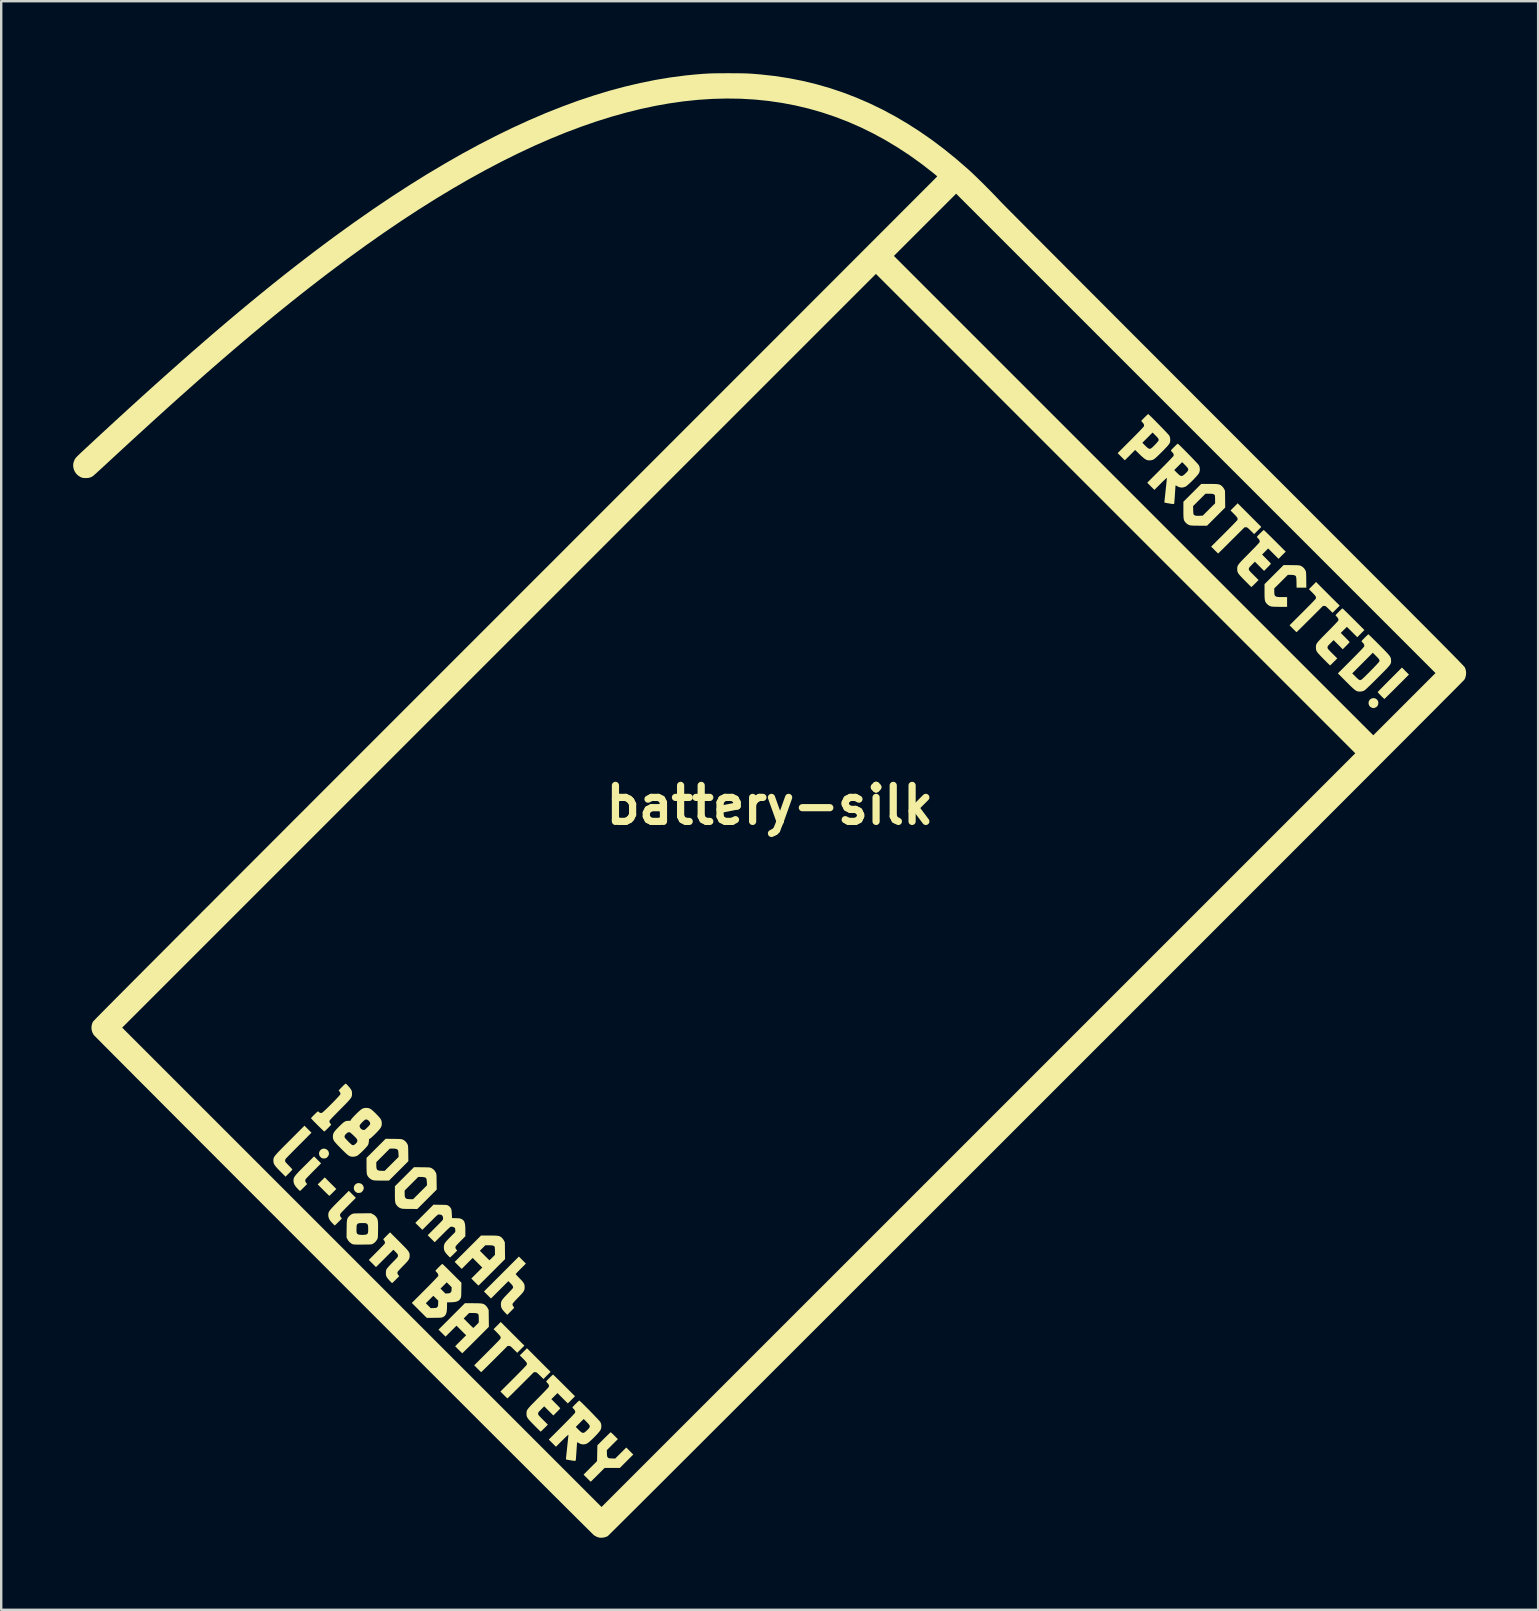
<source format=kicad_pcb>
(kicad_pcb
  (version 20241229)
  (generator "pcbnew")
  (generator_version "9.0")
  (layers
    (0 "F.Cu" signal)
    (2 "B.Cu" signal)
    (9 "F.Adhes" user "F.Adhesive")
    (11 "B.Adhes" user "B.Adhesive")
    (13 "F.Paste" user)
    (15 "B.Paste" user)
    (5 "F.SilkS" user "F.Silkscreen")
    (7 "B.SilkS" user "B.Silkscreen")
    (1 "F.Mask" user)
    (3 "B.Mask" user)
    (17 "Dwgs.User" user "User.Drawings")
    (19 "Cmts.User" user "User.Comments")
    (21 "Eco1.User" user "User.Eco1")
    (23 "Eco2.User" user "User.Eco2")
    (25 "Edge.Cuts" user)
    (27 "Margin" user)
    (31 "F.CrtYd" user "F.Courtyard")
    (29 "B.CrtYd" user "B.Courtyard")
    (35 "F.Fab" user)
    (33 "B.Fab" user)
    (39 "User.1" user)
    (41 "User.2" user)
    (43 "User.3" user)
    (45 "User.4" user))
  (footprint "battery-silk"
    (layer "F.Cu")
    (at 29.016 30.489)
    (property "Reference" "battery-silk" (at 0 0 0) (layer "F.SilkS") (effects (font (size 1.5 1.5) (thickness 0.3))))
    (attr board_only exclude_from_pos_files exclude_from_bom)
    (fp_poly (pts (xy -18.297 15.75) (xy -18.056 15.991) (xy -18.199 16.134) (xy -18.247 16.182) (xy -18.29 16.224) (xy -18.323 16.255) (xy -18.343 16.273) (xy -18.348 16.277) (xy -18.358 16.268) (xy -18.384 16.244) (xy -18.423 16.206) (xy -18.473 16.158) (xy -18.531 16.1) (xy -18.593 16.038) (xy -18.831 15.8) (xy -18.685 15.654) (xy -18.538 15.508)) (stroke (width 0) (type solid)) (fill yes) (layer "F.SilkS"))
    (fp_poly (pts (xy -18.51 14.318) (xy -18.456 14.344) (xy -18.411 14.384) (xy -18.378 14.435) (xy -18.363 14.496) (xy -18.366 14.554) (xy -18.382 14.595) (xy -18.411 14.64) (xy -18.446 14.68) (xy -18.474 14.7) (xy -18.512 14.712) (xy -18.561 14.719) (xy -18.608 14.719) (xy -18.629 14.715) (xy -18.691 14.683) (xy -18.738 14.636) (xy -18.767 14.578) (xy -18.778 14.514) (xy -18.767 14.449) (xy -18.735 14.389) (xy -18.686 14.342) (xy -18.629 14.315) (xy -18.569 14.308)) (stroke (width 0) (type solid)) (fill yes) (layer "F.SilkS"))
    (fp_poly (pts (xy -17.062 15.754) (xy -17.008 15.78) (xy -16.962 15.819) (xy -16.93 15.871) (xy -16.914 15.932) (xy -16.917 15.99) (xy -16.933 16.031) (xy -16.962 16.076) (xy -16.998 16.116) (xy -17.025 16.136) (xy -17.063 16.148) (xy -17.112 16.155) (xy -17.159 16.155) (xy -17.18 16.151) (xy -17.243 16.119) (xy -17.289 16.072) (xy -17.319 16.014) (xy -17.329 15.95) (xy -17.319 15.885) (xy -17.287 15.824) (xy -17.237 15.777) (xy -17.181 15.751) (xy -17.121 15.744)) (stroke (width 0) (type solid)) (fill yes) (layer "F.SilkS"))
    (fp_poly (pts (xy 25.215 -4.448) (xy 25.247 -4.433) (xy 25.304 -4.389) (xy 25.339 -4.332) (xy 25.352 -4.263) (xy 25.352 -4.258) (xy 25.341 -4.185) (xy 25.31 -4.124) (xy 25.288 -4.1) (xy 25.256 -4.079) (xy 25.213 -4.059) (xy 25.171 -4.045) (xy 25.146 -4.042) (xy 25.122 -4.046) (xy 25.087 -4.056) (xy 25.078 -4.059) (xy 25.015 -4.093) (xy 24.971 -4.144) (xy 24.947 -4.21) (xy 24.943 -4.26) (xy 24.954 -4.325) (xy 24.985 -4.38) (xy 25.031 -4.422) (xy 25.088 -4.449) (xy 25.151 -4.459)) (stroke (width 0) (type solid)) (fill yes) (layer "F.SilkS"))
    (fp_poly (pts (xy 26.48 -5.584) (xy 26.626 -5.438) (xy 26.118 -4.93) (xy 26.024 -4.836) (xy 25.936 -4.748) (xy 25.854 -4.667) (xy 25.781 -4.595) (xy 25.719 -4.533) (xy 25.668 -4.484) (xy 25.631 -4.447) (xy 25.609 -4.427) (xy 25.603 -4.422) (xy 25.592 -4.43) (xy 25.567 -4.454) (xy 25.53 -4.489) (xy 25.485 -4.533) (xy 25.46 -4.559) (xy 25.413 -4.607) (xy 25.373 -4.649) (xy 25.343 -4.683) (xy 25.326 -4.703) (xy 25.324 -4.708) (xy 25.333 -4.719) (xy 25.358 -4.746) (xy 25.398 -4.788) (xy 25.451 -4.843) (xy 25.515 -4.909) (xy 25.59 -4.985) (xy 25.673 -5.069) (xy 25.763 -5.16) (xy 25.829 -5.226) (xy 26.334 -5.731)) (stroke (width 0) (type solid)) (fill yes) (layer "F.SilkS"))
    (fp_poly (pts (xy -18.837 14.777) (xy -18.691 14.923) (xy -19.001 15.235) (xy -19.074 15.309) (xy -19.143 15.379) (xy -19.204 15.442) (xy -19.256 15.496) (xy -19.296 15.538) (xy -19.322 15.567) (xy -19.331 15.578) (xy -19.351 15.628) (xy -19.346 15.68) (xy -19.316 15.732) (xy -19.312 15.737) (xy -19.271 15.783) (xy -19.416 15.928) (xy -19.465 15.977) (xy -19.508 16.019) (xy -19.542 16.051) (xy -19.563 16.07) (xy -19.569 16.074) (xy -19.58 16.065) (xy -19.605 16.042) (xy -19.64 16.008) (xy -19.674 15.973) (xy -19.743 15.895) (xy -19.792 15.824) (xy -19.823 15.755) (xy -19.838 15.684) (xy -19.84 15.642) (xy -19.839 15.606) (xy -19.835 15.574) (xy -19.828 15.543) (xy -19.814 15.51) (xy -19.794 15.475) (xy -19.765 15.434) (xy -19.727 15.387) (xy -19.676 15.331) (xy -19.614 15.264) (xy -19.536 15.185) (xy -19.443 15.091) (xy -19.371 15.019) (xy -18.983 14.632)) (stroke (width 0) (type solid)) (fill yes) (layer "F.SilkS"))
    (fp_poly (pts (xy -17.389 16.213) (xy -17.242 16.359) (xy -17.552 16.671) (xy -17.626 16.745) (xy -17.694 16.815) (xy -17.756 16.878) (xy -17.808 16.932) (xy -17.847 16.974) (xy -17.873 17.002) (xy -17.882 17.013) (xy -17.902 17.064) (xy -17.897 17.116) (xy -17.868 17.168) (xy -17.863 17.173) (xy -17.823 17.219) (xy -17.968 17.364) (xy -18.017 17.413) (xy -18.06 17.455) (xy -18.094 17.487) (xy -18.115 17.506) (xy -18.12 17.509) (xy -18.131 17.501) (xy -18.156 17.478) (xy -18.191 17.443) (xy -18.225 17.409) (xy -18.295 17.331) (xy -18.344 17.26) (xy -18.374 17.191) (xy -18.389 17.12) (xy -18.391 17.077) (xy -18.39 17.042) (xy -18.387 17.01) (xy -18.379 16.978) (xy -18.366 16.946) (xy -18.346 16.91) (xy -18.317 16.87) (xy -18.278 16.823) (xy -18.228 16.767) (xy -18.165 16.7) (xy -18.088 16.621) (xy -17.995 16.527) (xy -17.922 16.455) (xy -17.535 16.067)) (stroke (width 0) (type solid)) (fill yes) (layer "F.SilkS"))
    (fp_poly (pts (xy -10.715 22.023) (xy -10.222 22.516) (xy -10.371 22.665) (xy -10.52 22.813) (xy -10.665 22.671) (xy -10.719 22.617) (xy -10.759 22.579) (xy -10.789 22.554) (xy -10.811 22.539) (xy -10.831 22.531) (xy -10.85 22.529) (xy -10.865 22.528) (xy -10.92 22.528) (xy -11.467 23.075) (xy -11.565 23.172) (xy -11.657 23.264) (xy -11.742 23.348) (xy -11.819 23.424) (xy -11.886 23.49) (xy -11.941 23.544) (xy -11.983 23.585) (xy -12.01 23.611) (xy -12.021 23.621) (xy -12.021 23.621) (xy -12.031 23.613) (xy -12.057 23.589) (xy -12.094 23.553) (xy -12.139 23.509) (xy -12.17 23.478) (xy -12.312 23.335) (xy -11.778 22.801) (xy -11.681 22.704) (xy -11.589 22.612) (xy -11.503 22.525) (xy -11.426 22.446) (xy -11.359 22.377) (xy -11.304 22.319) (xy -11.262 22.275) (xy -11.234 22.244) (xy -11.224 22.231) (xy -11.212 22.202) (xy -11.209 22.174) (xy -11.218 22.143) (xy -11.24 22.107) (xy -11.276 22.063) (xy -11.329 22.007) (xy -11.363 21.972) (xy -11.505 21.829) (xy -11.356 21.68) (xy -11.207 21.531)) (stroke (width 0) (type solid)) (fill yes) (layer "F.SilkS"))
    (fp_poly (pts (xy -9.622 23.116) (xy -9.13 23.608) (xy -9.279 23.757) (xy -9.427 23.906) (xy -9.572 23.764) (xy -9.626 23.71) (xy -9.667 23.672) (xy -9.696 23.647) (xy -9.719 23.632) (xy -9.738 23.624) (xy -9.757 23.621) (xy -9.772 23.621) (xy -9.827 23.621) (xy -10.374 24.167) (xy -10.472 24.265) (xy -10.564 24.356) (xy -10.649 24.441) (xy -10.726 24.517) (xy -10.793 24.583) (xy -10.848 24.637) (xy -10.89 24.678) (xy -10.917 24.704) (xy -10.928 24.714) (xy -10.928 24.714) (xy -10.939 24.705) (xy -10.964 24.682) (xy -11.001 24.646) (xy -11.046 24.602) (xy -11.077 24.571) (xy -11.22 24.428) (xy -10.685 23.894) (xy -10.588 23.797) (xy -10.496 23.704) (xy -10.411 23.618) (xy -10.334 23.539) (xy -10.267 23.47) (xy -10.211 23.412) (xy -10.169 23.367) (xy -10.142 23.337) (xy -10.131 23.324) (xy -10.119 23.295) (xy -10.116 23.266) (xy -10.125 23.236) (xy -10.147 23.2) (xy -10.183 23.156) (xy -10.236 23.099) (xy -10.27 23.065) (xy -10.413 22.922) (xy -10.263 22.773) (xy -10.114 22.624)) (stroke (width 0) (type solid)) (fill yes) (layer "F.SilkS"))
    (fp_poly (pts (xy 19.984 -12.081) (xy 20.476 -11.588) (xy 20.327 -11.439) (xy 20.178 -11.29) (xy 20.034 -11.433) (xy 19.979 -11.486) (xy 19.939 -11.525) (xy 19.91 -11.55) (xy 19.887 -11.565) (xy 19.868 -11.573) (xy 19.849 -11.575) (xy 19.834 -11.575) (xy 19.779 -11.575) (xy 19.231 -11.029) (xy 19.134 -10.932) (xy 19.042 -10.84) (xy 18.956 -10.755) (xy 18.88 -10.679) (xy 18.813 -10.614) (xy 18.758 -10.559) (xy 18.716 -10.519) (xy 18.689 -10.493) (xy 18.678 -10.483) (xy 18.678 -10.483) (xy 18.667 -10.491) (xy 18.642 -10.515) (xy 18.605 -10.55) (xy 18.56 -10.595) (xy 18.529 -10.626) (xy 18.386 -10.769) (xy 18.921 -11.302) (xy 19.018 -11.4) (xy 19.11 -11.492) (xy 19.195 -11.579) (xy 19.272 -11.657) (xy 19.339 -11.727) (xy 19.395 -11.784) (xy 19.437 -11.829) (xy 19.464 -11.859) (xy 19.475 -11.873) (xy 19.487 -11.902) (xy 19.489 -11.93) (xy 19.481 -11.961) (xy 19.459 -11.996) (xy 19.422 -12.041) (xy 19.369 -12.097) (xy 19.336 -12.131) (xy 19.193 -12.274) (xy 19.342 -12.424) (xy 19.492 -12.573)) (stroke (width 0) (type solid)) (fill yes) (layer "F.SilkS"))
    (fp_poly (pts (xy 23.249 -8.802) (xy 23.742 -8.31) (xy 23.593 -8.161) (xy 23.444 -8.012) (xy 23.299 -8.155) (xy 23.245 -8.208) (xy 23.205 -8.246) (xy 23.175 -8.272) (xy 23.153 -8.287) (xy 23.134 -8.294) (xy 23.114 -8.297) (xy 23.1 -8.297) (xy 23.044 -8.297) (xy 22.497 -7.751) (xy 22.399 -7.654) (xy 22.307 -7.562) (xy 22.222 -7.477) (xy 22.145 -7.401) (xy 22.078 -7.335) (xy 22.023 -7.281) (xy 21.981 -7.24) (xy 21.954 -7.214) (xy 21.943 -7.205) (xy 21.943 -7.205) (xy 21.933 -7.213) (xy 21.907 -7.237) (xy 21.871 -7.272) (xy 21.825 -7.317) (xy 21.794 -7.348) (xy 21.652 -7.491) (xy 22.186 -8.024) (xy 22.283 -8.121) (xy 22.375 -8.214) (xy 22.461 -8.301) (xy 22.538 -8.379) (xy 22.605 -8.448) (xy 22.66 -8.506) (xy 22.702 -8.551) (xy 22.73 -8.581) (xy 22.74 -8.594) (xy 22.752 -8.624) (xy 22.755 -8.652) (xy 22.746 -8.682) (xy 22.724 -8.718) (xy 22.688 -8.763) (xy 22.635 -8.819) (xy 22.601 -8.853) (xy 22.459 -8.996) (xy 22.608 -9.145) (xy 22.757 -9.295)) (stroke (width 0) (type solid)) (fill yes) (layer "F.SilkS"))
    (fp_poly (pts (xy -6.613 26.133) (xy -6.586 26.157) (xy -6.547 26.192) (xy -6.501 26.237) (xy -6.471 26.267) (xy -6.328 26.41) (xy -6.557 26.639) (xy -6.787 26.868) (xy -6.783 27.004) (xy -6.781 27.065) (xy -6.778 27.106) (xy -6.772 27.133) (xy -6.763 27.153) (xy -6.75 27.169) (xy -6.744 27.175) (xy -6.726 27.191) (xy -6.709 27.202) (xy -6.684 27.208) (xy -6.648 27.212) (xy -6.594 27.214) (xy -6.573 27.215) (xy -6.438 27.219) (xy -6.208 26.989) (xy -5.978 26.759) (xy -5.832 26.906) (xy -5.686 27.052) (xy -5.966 27.331) (xy -6.245 27.611) (xy -6.563 27.611) (xy -6.881 27.611) (xy -7.166 27.897) (xy -7.236 27.967) (xy -7.3 28.03) (xy -7.356 28.085) (xy -7.402 28.13) (xy -7.436 28.163) (xy -7.455 28.18) (xy -7.459 28.183) (xy -7.469 28.174) (xy -7.495 28.151) (xy -7.532 28.115) (xy -7.577 28.07) (xy -7.611 28.037) (xy -7.757 27.89) (xy -7.476 27.608) (xy -7.195 27.325) (xy -7.188 26.996) (xy -7.181 26.667) (xy -6.91 26.395) (xy -6.842 26.328) (xy -6.779 26.266) (xy -6.724 26.213) (xy -6.679 26.17) (xy -6.647 26.14) (xy -6.629 26.125) (xy -6.626 26.124)) (stroke (width 0) (type solid)) (fill yes) (layer "F.SilkS"))
    (fp_poly (pts (xy -19.237 13.5) (xy -19.092 13.647) (xy -19.62 14.177) (xy -19.717 14.274) (xy -19.808 14.366) (xy -19.893 14.452) (xy -19.969 14.53) (xy -20.036 14.598) (xy -20.091 14.655) (xy -20.133 14.699) (xy -20.16 14.727) (xy -20.17 14.739) (xy -20.184 14.774) (xy -20.19 14.814) (xy -20.189 14.832) (xy -20.182 14.851) (xy -20.167 14.873) (xy -20.143 14.903) (xy -20.105 14.943) (xy -20.053 14.997) (xy -20.038 15.012) (xy -19.988 15.063) (xy -19.945 15.109) (xy -19.911 15.146) (xy -19.891 15.17) (xy -19.885 15.179) (xy -19.894 15.191) (xy -19.918 15.218) (xy -19.953 15.257) (xy -19.998 15.303) (xy -20.029 15.334) (xy -20.172 15.477) (xy -20.39 15.257) (xy -20.472 15.174) (xy -20.537 15.104) (xy -20.587 15.046) (xy -20.624 14.996) (xy -20.65 14.952) (xy -20.666 14.909) (xy -20.675 14.866) (xy -20.678 14.82) (xy -20.678 14.803) (xy -20.678 14.774) (xy -20.676 14.748) (xy -20.672 14.722) (xy -20.664 14.696) (xy -20.651 14.668) (xy -20.632 14.636) (xy -20.605 14.6) (xy -20.57 14.557) (xy -20.525 14.506) (xy -20.469 14.446) (xy -20.401 14.375) (xy -20.32 14.292) (xy -20.225 14.196) (xy -20.113 14.084) (xy -19.99 13.961) (xy -19.383 13.354)) (stroke (width 0) (type solid)) (fill yes) (layer "F.SilkS"))
    (fp_poly (pts (xy -15.672 13.903) (xy -15.572 13.904) (xy -15.493 13.906) (xy -15.433 13.908) (xy -15.387 13.91) (xy -15.353 13.914) (xy -15.327 13.919) (xy -15.306 13.925) (xy -15.285 13.933) (xy -15.276 13.937) (xy -15.202 13.984) (xy -15.138 14.05) (xy -15.091 14.128) (xy -15.082 14.148) (xy -15.076 14.169) (xy -15.071 14.194) (xy -15.067 14.228) (xy -15.064 14.273) (xy -15.062 14.334) (xy -15.061 14.413) (xy -15.059 14.51) (xy -15.055 14.833) (xy -15.459 15.237) (xy -15.864 15.642) (xy -16.169 15.641) (xy -16.288 15.64) (xy -16.382 15.637) (xy -16.453 15.634) (xy -16.502 15.629) (xy -16.525 15.624) (xy -16.595 15.596) (xy -16.651 15.561) (xy -16.703 15.512) (xy -16.707 15.507) (xy -16.733 15.476) (xy -16.753 15.445) (xy -16.769 15.412) (xy -16.781 15.372) (xy -16.789 15.323) (xy -16.794 15.26) (xy -16.796 15.181) (xy -16.798 15.083) (xy -16.798 15.007) (xy -16.798 14.873) (xy -16.391 14.873) (xy -16.391 15) (xy -16.388 15.081) (xy -16.378 15.141) (xy -16.358 15.183) (xy -16.324 15.21) (xy -16.272 15.226) (xy -16.201 15.232) (xy -16.15 15.234) (xy -16.042 15.235) (xy -15.751 14.944) (xy -15.46 14.653) (xy -15.466 14.528) (xy -15.47 14.471) (xy -15.477 14.42) (xy -15.484 14.384) (xy -15.488 14.373) (xy -15.514 14.343) (xy -15.556 14.323) (xy -15.618 14.311) (xy -15.701 14.307) (xy -15.708 14.307) (xy -15.826 14.307) (xy -16.108 14.59) (xy -16.391 14.873) (xy -16.798 14.873) (xy -16.798 14.695) (xy -16.4 14.297) (xy -16.002 13.899)) (stroke (width 0) (type solid)) (fill yes) (layer "F.SilkS"))
    (fp_poly (pts (xy -14.491 15.085) (xy -14.39 15.086) (xy -14.311 15.088) (xy -14.251 15.089) (xy -14.206 15.092) (xy -14.172 15.095) (xy -14.146 15.1) (xy -14.124 15.107) (xy -14.103 15.115) (xy -14.095 15.119) (xy -14.021 15.165) (xy -13.957 15.231) (xy -13.909 15.31) (xy -13.9 15.329) (xy -13.894 15.35) (xy -13.889 15.376) (xy -13.885 15.41) (xy -13.882 15.455) (xy -13.88 15.515) (xy -13.879 15.594) (xy -13.878 15.691) (xy -13.873 16.014) (xy -14.278 16.419) (xy -14.682 16.823) (xy -14.987 16.822) (xy -15.106 16.821) (xy -15.2 16.819) (xy -15.271 16.815) (xy -15.32 16.81) (xy -15.343 16.805) (xy -15.414 16.778) (xy -15.47 16.743) (xy -15.521 16.694) (xy -15.526 16.688) (xy -15.551 16.657) (xy -15.572 16.627) (xy -15.587 16.593) (xy -15.599 16.554) (xy -15.607 16.504) (xy -15.612 16.442) (xy -15.615 16.363) (xy -15.616 16.264) (xy -15.616 16.189) (xy -15.616 16.054) (xy -15.21 16.054) (xy -15.209 16.181) (xy -15.207 16.262) (xy -15.197 16.322) (xy -15.176 16.364) (xy -15.142 16.392) (xy -15.091 16.407) (xy -15.019 16.414) (xy -14.968 16.415) (xy -14.86 16.417) (xy -14.569 16.126) (xy -14.278 15.835) (xy -14.284 15.709) (xy -14.289 15.652) (xy -14.295 15.602) (xy -14.302 15.566) (xy -14.306 15.555) (xy -14.332 15.525) (xy -14.375 15.505) (xy -14.436 15.493) (xy -14.52 15.489) (xy -14.526 15.489) (xy -14.644 15.489) (xy -14.927 15.772) (xy -15.21 16.054) (xy -15.616 16.054) (xy -15.616 15.876) (xy -15.218 15.479) (xy -14.82 15.081)) (stroke (width 0) (type solid)) (fill yes) (layer "F.SilkS"))
    (fp_poly (pts (xy -12.245 20.75) (xy -12.15 20.751) (xy -12.075 20.755) (xy -12.014 20.76) (xy -11.967 20.768) (xy -11.928 20.78) (xy -11.896 20.796) (xy -11.866 20.816) (xy -11.836 20.841) (xy -11.798 20.881) (xy -11.762 20.931) (xy -11.745 20.963) (xy -11.709 21.035) (xy -11.705 21.384) (xy -11.701 21.732) (xy -12.251 22.283) (xy -12.349 22.38) (xy -12.441 22.473) (xy -12.527 22.558) (xy -12.604 22.634) (xy -12.671 22.7) (xy -12.727 22.755) (xy -12.769 22.796) (xy -12.797 22.823) (xy -12.808 22.833) (xy -12.808 22.833) (xy -12.819 22.825) (xy -12.844 22.801) (xy -12.881 22.765) (xy -12.927 22.721) (xy -12.961 22.687) (xy -13.106 22.541) (xy -12.878 22.312) (xy -12.649 22.084) (xy -12.849 21.884) (xy -13.049 21.684) (xy -13.278 21.912) (xy -13.507 22.14) (xy -13.653 21.995) (xy -13.799 21.849) (xy -13.335 21.385) (xy -12.75 21.385) (xy -12.554 21.582) (xy -12.496 21.639) (xy -12.445 21.69) (xy -12.402 21.732) (xy -12.37 21.762) (xy -12.353 21.777) (xy -12.35 21.779) (xy -12.339 21.77) (xy -12.314 21.747) (xy -12.279 21.713) (xy -12.236 21.671) (xy -12.233 21.667) (xy -12.122 21.556) (xy -12.122 21.4) (xy -12.123 21.337) (xy -12.126 21.282) (xy -12.13 21.241) (xy -12.135 21.219) (xy -12.135 21.219) (xy -12.154 21.194) (xy -12.184 21.176) (xy -12.227 21.164) (xy -12.288 21.158) (xy -12.37 21.156) (xy -12.372 21.156) (xy -12.523 21.156) (xy -12.637 21.27) (xy -12.75 21.385) (xy -13.335 21.385) (xy -13.25 21.299) (xy -12.7 20.749) (xy -12.362 20.749)) (stroke (width 0) (type solid)) (fill yes) (layer "F.SilkS"))
    (fp_poly (pts (xy -11.571 17.929) (xy -11.477 17.931) (xy -11.401 17.934) (xy -11.341 17.939) (xy -11.293 17.948) (xy -11.255 17.959) (xy -11.222 17.975) (xy -11.192 17.995) (xy -11.163 18.02) (xy -11.125 18.06) (xy -11.089 18.111) (xy -11.071 18.142) (xy -11.035 18.215) (xy -11.031 18.563) (xy -11.027 18.911) (xy -11.578 19.462) (xy -11.675 19.56) (xy -11.768 19.652) (xy -11.853 19.737) (xy -11.931 19.813) (xy -11.998 19.88) (xy -12.053 19.934) (xy -12.095 19.976) (xy -12.123 20.002) (xy -12.135 20.012) (xy -12.135 20.013) (xy -12.145 20.004) (xy -12.171 19.98) (xy -12.208 19.945) (xy -12.253 19.9) (xy -12.287 19.866) (xy -12.433 19.72) (xy -12.204 19.491) (xy -11.976 19.263) (xy -12.176 19.063) (xy -12.376 18.863) (xy -12.605 19.091) (xy -12.833 19.32) (xy -12.98 19.174) (xy -13.126 19.028) (xy -12.662 18.564) (xy -12.077 18.564) (xy -11.88 18.761) (xy -11.823 18.818) (xy -11.771 18.869) (xy -11.728 18.911) (xy -11.697 18.941) (xy -11.679 18.956) (xy -11.677 18.958) (xy -11.666 18.949) (xy -11.641 18.926) (xy -11.605 18.892) (xy -11.563 18.85) (xy -11.559 18.846) (xy -11.448 18.735) (xy -11.448 18.579) (xy -11.449 18.516) (xy -11.452 18.461) (xy -11.456 18.42) (xy -11.461 18.398) (xy -11.462 18.398) (xy -11.481 18.373) (xy -11.51 18.355) (xy -11.553 18.343) (xy -11.614 18.337) (xy -11.696 18.335) (xy -11.699 18.335) (xy -11.849 18.335) (xy -11.963 18.45) (xy -12.077 18.564) (xy -12.662 18.564) (xy -12.576 18.478) (xy -12.027 17.929) (xy -11.688 17.929)) (stroke (width 0) (type solid)) (fill yes) (layer "F.SilkS"))
    (fp_poly (pts (xy 21.735 -9.998) (xy 21.836 -9.996) (xy 21.914 -9.995) (xy 21.975 -9.993) (xy 22.02 -9.99) (xy 22.054 -9.987) (xy 22.08 -9.982) (xy 22.102 -9.976) (xy 22.123 -9.967) (xy 22.131 -9.963) (xy 22.205 -9.917) (xy 22.269 -9.851) (xy 22.317 -9.773) (xy 22.325 -9.753) (xy 22.332 -9.732) (xy 22.337 -9.707) (xy 22.341 -9.673) (xy 22.343 -9.629) (xy 22.345 -9.569) (xy 22.347 -9.491) (xy 22.348 -9.391) (xy 22.348 -9.387) (xy 22.352 -9.06) (xy 22.149 -9.06) (xy 21.946 -9.06) (xy 21.942 -9.279) (xy 21.939 -9.376) (xy 21.934 -9.45) (xy 21.928 -9.499) (xy 21.921 -9.527) (xy 21.92 -9.528) (xy 21.894 -9.557) (xy 21.851 -9.577) (xy 21.79 -9.589) (xy 21.707 -9.593) (xy 21.7 -9.593) (xy 21.582 -9.593) (xy 21.299 -9.31) (xy 21.016 -9.028) (xy 21.016 -8.901) (xy 21.018 -8.83) (xy 21.024 -8.776) (xy 21.039 -8.734) (xy 21.064 -8.705) (xy 21.102 -8.685) (xy 21.156 -8.674) (xy 21.229 -8.668) (xy 21.325 -8.666) (xy 21.356 -8.666) (xy 21.55 -8.666) (xy 21.55 -8.462) (xy 21.55 -8.259) (xy 21.242 -8.26) (xy 21.123 -8.261) (xy 21.028 -8.263) (xy 20.956 -8.267) (xy 20.907 -8.272) (xy 20.883 -8.277) (xy 20.812 -8.304) (xy 20.756 -8.339) (xy 20.705 -8.389) (xy 20.7 -8.394) (xy 20.674 -8.425) (xy 20.654 -8.456) (xy 20.638 -8.489) (xy 20.627 -8.529) (xy 20.619 -8.578) (xy 20.614 -8.641) (xy 20.611 -8.719) (xy 20.61 -8.818) (xy 20.61 -8.894) (xy 20.61 -9.206) (xy 21.008 -9.604) (xy 21.406 -10.001)) (stroke (width 0) (type solid)) (fill yes) (layer "F.SilkS"))
    (fp_poly (pts (xy 18.428 -13.379) (xy 18.523 -13.378) (xy 18.599 -13.375) (xy 18.659 -13.369) (xy 18.706 -13.361) (xy 18.745 -13.349) (xy 18.777 -13.333) (xy 18.807 -13.313) (xy 18.837 -13.288) (xy 18.875 -13.248) (xy 18.911 -13.198) (xy 18.929 -13.167) (xy 18.964 -13.094) (xy 18.968 -12.745) (xy 18.972 -12.397) (xy 18.594 -12.018) (xy 18.215 -11.639) (xy 17.884 -11.64) (xy 17.763 -11.641) (xy 17.666 -11.643) (xy 17.592 -11.646) (xy 17.539 -11.65) (xy 17.506 -11.656) (xy 17.503 -11.657) (xy 17.432 -11.684) (xy 17.376 -11.719) (xy 17.325 -11.769) (xy 17.321 -11.773) (xy 17.296 -11.803) (xy 17.276 -11.831) (xy 17.26 -11.862) (xy 17.249 -11.897) (xy 17.24 -11.941) (xy 17.235 -11.996) (xy 17.232 -12.067) (xy 17.23 -12.155) (xy 17.23 -12.265) (xy 17.23 -12.293) (xy 17.23 -12.456) (xy 17.634 -12.456) (xy 17.639 -12.29) (xy 17.641 -12.22) (xy 17.644 -12.171) (xy 17.648 -12.138) (xy 17.655 -12.116) (xy 17.665 -12.1) (xy 17.667 -12.098) (xy 17.694 -12.075) (xy 17.73 -12.06) (xy 17.779 -12.053) (xy 17.845 -12.051) (xy 17.903 -12.053) (xy 18.037 -12.06) (xy 18.294 -12.317) (xy 18.551 -12.573) (xy 18.551 -12.729) (xy 18.55 -12.792) (xy 18.547 -12.847) (xy 18.543 -12.888) (xy 18.538 -12.91) (xy 18.538 -12.91) (xy 18.519 -12.936) (xy 18.489 -12.953) (xy 18.446 -12.965) (xy 18.385 -12.971) (xy 18.303 -12.973) (xy 18.301 -12.973) (xy 18.151 -12.973) (xy 17.893 -12.715) (xy 17.634 -12.456) (xy 17.23 -12.456) (xy 17.23 -12.637) (xy 17.602 -13.008) (xy 17.973 -13.38) (xy 18.312 -13.38)) (stroke (width 0) (type solid)) (fill yes) (layer "F.SilkS"))
    (fp_poly (pts (xy -10.305 18.951) (xy -10.159 19.098) (xy -10.372 19.311) (xy -10.432 19.371) (xy -10.485 19.426) (xy -10.529 19.472) (xy -10.562 19.508) (xy -10.581 19.53) (xy -10.584 19.536) (xy -10.576 19.548) (xy -10.552 19.575) (xy -10.516 19.614) (xy -10.471 19.662) (xy -10.426 19.708) (xy -10.355 19.78) (xy -10.302 19.84) (xy -10.263 19.891) (xy -10.237 19.936) (xy -10.221 19.98) (xy -10.213 20.027) (xy -10.211 20.079) (xy -10.211 20.082) (xy -10.213 20.128) (xy -10.218 20.169) (xy -10.23 20.207) (xy -10.249 20.246) (xy -10.278 20.29) (xy -10.319 20.34) (xy -10.373 20.4) (xy -10.443 20.473) (xy -10.49 20.521) (xy -10.563 20.597) (xy -10.624 20.662) (xy -10.67 20.715) (xy -10.701 20.753) (xy -10.716 20.777) (xy -10.716 20.778) (xy -10.715 20.821) (xy -10.697 20.866) (xy -10.668 20.901) (xy -10.651 20.921) (xy -10.648 20.932) (xy -10.657 20.946) (xy -10.68 20.974) (xy -10.716 21.013) (xy -10.761 21.059) (xy -10.792 21.09) (xy -10.935 21.234) (xy -11.037 21.128) (xy -11.1 21.058) (xy -11.146 20.999) (xy -11.176 20.943) (xy -11.193 20.888) (xy -11.2 20.827) (xy -11.201 20.8) (xy -11.199 20.754) (xy -11.193 20.713) (xy -11.18 20.673) (xy -11.159 20.631) (xy -11.129 20.586) (xy -11.086 20.533) (xy -11.029 20.47) (xy -10.956 20.394) (xy -10.913 20.349) (xy -10.853 20.287) (xy -10.799 20.23) (xy -10.753 20.18) (xy -10.719 20.14) (xy -10.698 20.114) (xy -10.693 20.106) (xy -10.693 20.067) (xy -10.714 20.019) (xy -10.756 19.963) (xy -10.806 19.911) (xy -10.89 19.829) (xy -11.252 20.191) (xy -11.614 20.552) (xy -11.76 20.406) (xy -11.906 20.26) (xy -11.178 19.533) (xy -10.451 18.805)) (stroke (width 0) (type solid)) (fill yes) (layer "F.SilkS"))
    (fp_poly (pts (xy -15.444 18.17) (xy -15.343 18.271) (xy -15.259 18.357) (xy -15.189 18.429) (xy -15.134 18.488) (xy -15.09 18.538) (xy -15.057 18.581) (xy -15.034 18.617) (xy -15.018 18.65) (xy -15.008 18.681) (xy -15.003 18.712) (xy -15.001 18.746) (xy -15.001 18.766) (xy -15.003 18.813) (xy -15.009 18.854) (xy -15.021 18.893) (xy -15.042 18.933) (xy -15.073 18.978) (xy -15.116 19.029) (xy -15.173 19.092) (xy -15.247 19.167) (xy -15.265 19.186) (xy -15.326 19.248) (xy -15.381 19.305) (xy -15.428 19.355) (xy -15.465 19.394) (xy -15.488 19.42) (xy -15.494 19.428) (xy -15.513 19.475) (xy -15.507 19.523) (xy -15.476 19.572) (xy -15.474 19.575) (xy -15.434 19.62) (xy -15.579 19.766) (xy -15.628 19.815) (xy -15.671 19.857) (xy -15.705 19.888) (xy -15.726 19.907) (xy -15.731 19.911) (xy -15.743 19.902) (xy -15.768 19.879) (xy -15.802 19.845) (xy -15.828 19.819) (xy -15.871 19.771) (xy -15.912 19.722) (xy -15.944 19.679) (xy -15.954 19.663) (xy -15.973 19.628) (xy -15.984 19.597) (xy -15.989 19.561) (xy -15.991 19.511) (xy -15.991 19.492) (xy -15.989 19.432) (xy -15.984 19.388) (xy -15.973 19.353) (xy -15.961 19.326) (xy -15.942 19.3) (xy -15.909 19.259) (xy -15.862 19.206) (xy -15.805 19.144) (xy -15.74 19.077) (xy -15.71 19.046) (xy -15.641 18.976) (xy -15.589 18.922) (xy -15.55 18.881) (xy -15.523 18.85) (xy -15.505 18.827) (xy -15.495 18.808) (xy -15.49 18.792) (xy -15.489 18.776) (xy -15.489 18.768) (xy -15.49 18.742) (xy -15.496 18.72) (xy -15.51 18.697) (xy -15.535 18.667) (xy -15.575 18.626) (xy -15.584 18.616) (xy -15.679 18.52) (xy -16.041 18.882) (xy -16.404 19.244) (xy -16.553 19.094) (xy -16.702 18.945) (xy -16.377 18.618) (xy -16.301 18.542) (xy -16.231 18.47) (xy -16.169 18.406) (xy -16.116 18.351) (xy -16.075 18.306) (xy -16.047 18.276) (xy -16.036 18.262) (xy -16.029 18.223) (xy -16.039 18.179) (xy -16.062 18.137) (xy -16.074 18.125) (xy -16.093 18.103) (xy -16.099 18.088) (xy -16.09 18.075) (xy -16.067 18.047) (xy -16.031 18.009) (xy -15.986 17.963) (xy -15.959 17.935) (xy -15.819 17.796)) (stroke (width 0) (type solid)) (fill yes) (layer "F.SilkS"))
    (fp_poly (pts (xy -17.649 11.61) (xy -17.621 11.635) (xy -17.585 11.672) (xy -17.545 11.716) (xy -17.506 11.762) (xy -17.471 11.806) (xy -17.445 11.844) (xy -17.437 11.858) (xy -17.417 11.9) (xy -17.407 11.94) (xy -17.402 11.988) (xy -17.402 12.02) (xy -17.402 12.056) (xy -17.405 12.088) (xy -17.41 12.118) (xy -17.421 12.148) (xy -17.437 12.181) (xy -17.461 12.217) (xy -17.493 12.259) (xy -17.536 12.309) (xy -17.591 12.368) (xy -17.658 12.439) (xy -17.74 12.523) (xy -17.838 12.621) (xy -17.897 12.681) (xy -17.983 12.768) (xy -18.063 12.85) (xy -18.137 12.925) (xy -18.202 12.992) (xy -18.256 13.049) (xy -18.297 13.093) (xy -18.324 13.123) (xy -18.335 13.136) (xy -18.344 13.18) (xy -18.332 13.226) (xy -18.303 13.266) (xy -18.282 13.29) (xy -18.272 13.308) (xy -18.272 13.309) (xy -18.28 13.323) (xy -18.304 13.35) (xy -18.338 13.387) (xy -18.379 13.429) (xy -18.423 13.474) (xy -18.467 13.517) (xy -18.506 13.554) (xy -18.537 13.581) (xy -18.555 13.595) (xy -18.558 13.596) (xy -18.57 13.587) (xy -18.597 13.563) (xy -18.638 13.524) (xy -18.689 13.475) (xy -18.749 13.416) (xy -18.816 13.35) (xy -18.84 13.326) (xy -18.908 13.257) (xy -18.97 13.195) (xy -19.023 13.14) (xy -19.065 13.095) (xy -19.095 13.063) (xy -19.109 13.045) (xy -19.11 13.043) (xy -19.102 13.029) (xy -19.078 13.002) (xy -19.044 12.965) (xy -19.003 12.923) (xy -18.958 12.878) (xy -18.914 12.836) (xy -18.875 12.799) (xy -18.844 12.772) (xy -18.825 12.758) (xy -18.823 12.757) (xy -18.804 12.766) (xy -18.792 12.777) (xy -18.75 12.811) (xy -18.701 12.826) (xy -18.661 12.821) (xy -18.642 12.809) (xy -18.608 12.781) (xy -18.561 12.739) (xy -18.504 12.686) (xy -18.439 12.624) (xy -18.369 12.555) (xy -18.296 12.483) (xy -18.222 12.409) (xy -18.15 12.335) (xy -18.082 12.265) (xy -18.021 12.2) (xy -17.968 12.143) (xy -17.926 12.096) (xy -17.898 12.062) (xy -17.886 12.043) (xy -17.886 12.042) (xy -17.887 12) (xy -17.905 11.955) (xy -17.934 11.919) (xy -17.951 11.899) (xy -17.954 11.888) (xy -17.945 11.874) (xy -17.922 11.847) (xy -17.888 11.81) (xy -17.846 11.767) (xy -17.802 11.722) (xy -17.758 11.679) (xy -17.719 11.643) (xy -17.688 11.615) (xy -17.669 11.602) (xy -17.666 11.601)) (stroke (width 0) (type solid)) (fill yes) (layer "F.SilkS"))
    (fp_poly (pts (xy -9.016 23.731) (xy -8.989 23.757) (xy -8.947 23.796) (xy -8.893 23.849) (xy -8.828 23.913) (xy -8.753 23.986) (xy -8.671 24.067) (xy -8.584 24.154) (xy -8.564 24.174) (xy -8.113 24.625) (xy -8.262 24.774) (xy -8.412 24.923) (xy -8.628 24.708) (xy -8.844 24.492) (xy -8.971 24.619) (xy -9.098 24.745) (xy -8.914 24.93) (xy -8.858 24.986) (xy -8.809 25.037) (xy -8.77 25.078) (xy -8.742 25.109) (xy -8.73 25.125) (xy -8.729 25.127) (xy -8.738 25.14) (xy -8.761 25.167) (xy -8.797 25.205) (xy -8.842 25.252) (xy -8.872 25.282) (xy -9.015 25.425) (xy -9.206 25.235) (xy -9.397 25.044) (xy -9.523 25.171) (xy -9.574 25.222) (xy -9.609 25.259) (xy -9.631 25.287) (xy -9.643 25.308) (xy -9.649 25.328) (xy -9.65 25.349) (xy -9.65 25.349) (xy -9.649 25.367) (xy -9.645 25.383) (xy -9.636 25.401) (xy -9.62 25.423) (xy -9.594 25.453) (xy -9.557 25.493) (xy -9.505 25.545) (xy -9.447 25.603) (xy -9.244 25.807) (xy -9.39 25.953) (xy -9.439 26.002) (xy -9.483 26.044) (xy -9.516 26.076) (xy -9.537 26.095) (xy -9.543 26.099) (xy -9.553 26.09) (xy -9.579 26.066) (xy -9.619 26.027) (xy -9.669 25.978) (xy -9.728 25.919) (xy -9.793 25.854) (xy -9.811 25.835) (xy -9.896 25.749) (xy -9.965 25.677) (xy -10.019 25.618) (xy -10.06 25.569) (xy -10.09 25.527) (xy -10.111 25.489) (xy -10.123 25.453) (xy -10.13 25.417) (xy -10.133 25.377) (xy -10.133 25.349) (xy -10.133 25.314) (xy -10.131 25.283) (xy -10.126 25.253) (xy -10.117 25.224) (xy -10.102 25.193) (xy -10.079 25.158) (xy -10.048 25.118) (xy -10.007 25.07) (xy -9.955 25.013) (xy -9.89 24.945) (xy -9.81 24.864) (xy -9.715 24.768) (xy -9.643 24.695) (xy -9.556 24.607) (xy -9.475 24.524) (xy -9.401 24.447) (xy -9.336 24.379) (xy -9.281 24.321) (xy -9.239 24.275) (xy -9.212 24.243) (xy -9.2 24.227) (xy -9.196 24.18) (xy -9.216 24.129) (xy -9.26 24.074) (xy -9.268 24.067) (xy -9.294 24.039) (xy -9.311 24.016) (xy -9.314 24.009) (xy -9.305 23.996) (xy -9.282 23.969) (xy -9.248 23.932) (xy -9.206 23.889) (xy -9.162 23.845) (xy -9.119 23.802) (xy -9.079 23.765) (xy -9.049 23.738) (xy -9.03 23.724) (xy -9.028 23.723)) (stroke (width 0) (type solid)) (fill yes) (layer "F.SilkS"))
    (fp_poly (pts (xy 20.589 -11.452) (xy 20.617 -11.427) (xy 20.658 -11.388) (xy 20.713 -11.335) (xy 20.778 -11.271) (xy 20.853 -11.198) (xy 20.934 -11.117) (xy 21.022 -11.03) (xy 21.042 -11.01) (xy 21.493 -10.559) (xy 21.343 -10.41) (xy 21.194 -10.261) (xy 20.978 -10.476) (xy 20.762 -10.692) (xy 20.635 -10.565) (xy 20.508 -10.439) (xy 20.692 -10.254) (xy 20.748 -10.198) (xy 20.797 -10.147) (xy 20.836 -10.105) (xy 20.863 -10.075) (xy 20.876 -10.059) (xy 20.877 -10.057) (xy 20.868 -10.044) (xy 20.844 -10.017) (xy 20.809 -9.979) (xy 20.764 -9.932) (xy 20.734 -9.902) (xy 20.591 -9.758) (xy 20.4 -9.949) (xy 20.209 -10.14) (xy 20.082 -10.013) (xy 20.032 -9.962) (xy 19.997 -9.925) (xy 19.975 -9.897) (xy 19.963 -9.876) (xy 19.957 -9.856) (xy 19.956 -9.835) (xy 19.956 -9.835) (xy 19.957 -9.817) (xy 19.96 -9.801) (xy 19.969 -9.783) (xy 19.986 -9.761) (xy 20.012 -9.731) (xy 20.049 -9.691) (xy 20.101 -9.639) (xy 20.159 -9.58) (xy 20.362 -9.377) (xy 20.216 -9.231) (xy 20.166 -9.182) (xy 20.123 -9.14) (xy 20.09 -9.108) (xy 20.068 -9.089) (xy 20.063 -9.085) (xy 20.052 -9.094) (xy 20.026 -9.118) (xy 19.987 -9.156) (xy 19.937 -9.206) (xy 19.878 -9.265) (xy 19.813 -9.33) (xy 19.795 -9.349) (xy 19.71 -9.435) (xy 19.641 -9.507) (xy 19.587 -9.566) (xy 19.546 -9.615) (xy 19.516 -9.657) (xy 19.495 -9.695) (xy 19.482 -9.73) (xy 19.476 -9.767) (xy 19.473 -9.807) (xy 19.472 -9.835) (xy 19.473 -9.87) (xy 19.475 -9.901) (xy 19.48 -9.931) (xy 19.489 -9.96) (xy 19.504 -9.991) (xy 19.527 -10.026) (xy 19.558 -10.066) (xy 19.599 -10.114) (xy 19.651 -10.171) (xy 19.716 -10.239) (xy 19.796 -10.32) (xy 19.891 -10.416) (xy 19.963 -10.489) (xy 20.049 -10.577) (xy 20.131 -10.66) (xy 20.205 -10.736) (xy 20.27 -10.805) (xy 20.325 -10.863) (xy 20.367 -10.909) (xy 20.394 -10.941) (xy 20.406 -10.957) (xy 20.41 -11.004) (xy 20.39 -11.055) (xy 20.346 -11.11) (xy 20.338 -11.117) (xy 20.311 -11.145) (xy 20.295 -11.167) (xy 20.292 -11.175) (xy 20.301 -11.188) (xy 20.324 -11.215) (xy 20.358 -11.252) (xy 20.399 -11.295) (xy 20.444 -11.339) (xy 20.487 -11.382) (xy 20.526 -11.419) (xy 20.557 -11.446) (xy 20.575 -11.46) (xy 20.578 -11.461)) (stroke (width 0) (type solid)) (fill yes) (layer "F.SilkS"))
    (fp_poly (pts (xy 23.868 -8.187) (xy 23.895 -8.162) (xy 23.937 -8.122) (xy 23.991 -8.07) (xy 24.056 -8.006) (xy 24.131 -7.933) (xy 24.213 -7.851) (xy 24.3 -7.764) (xy 24.32 -7.745) (xy 24.771 -7.293) (xy 24.622 -7.144) (xy 24.473 -6.995) (xy 24.257 -7.211) (xy 24.041 -7.426) (xy 23.913 -7.3) (xy 23.786 -7.173) (xy 23.97 -6.989) (xy 24.026 -6.932) (xy 24.075 -6.882) (xy 24.114 -6.84) (xy 24.142 -6.809) (xy 24.154 -6.793) (xy 24.155 -6.792) (xy 24.146 -6.779) (xy 24.123 -6.752) (xy 24.087 -6.713) (xy 24.042 -6.667) (xy 24.012 -6.636) (xy 23.869 -6.493) (xy 23.678 -6.684) (xy 23.487 -6.874) (xy 23.361 -6.747) (xy 23.31 -6.696) (xy 23.276 -6.659) (xy 23.253 -6.632) (xy 23.241 -6.61) (xy 23.235 -6.591) (xy 23.234 -6.569) (xy 23.234 -6.569) (xy 23.235 -6.552) (xy 23.239 -6.536) (xy 23.248 -6.518) (xy 23.264 -6.495) (xy 23.29 -6.465) (xy 23.328 -6.426) (xy 23.379 -6.373) (xy 23.437 -6.315) (xy 23.64 -6.112) (xy 23.494 -5.966) (xy 23.445 -5.917) (xy 23.402 -5.874) (xy 23.368 -5.842) (xy 23.347 -5.823) (xy 23.341 -5.82) (xy 23.331 -5.828) (xy 23.305 -5.853) (xy 23.266 -5.891) (xy 23.215 -5.94) (xy 23.157 -5.999) (xy 23.091 -6.065) (xy 23.073 -6.083) (xy 22.988 -6.17) (xy 22.919 -6.241) (xy 22.865 -6.3) (xy 22.824 -6.35) (xy 22.794 -6.392) (xy 22.773 -6.429) (xy 22.761 -6.465) (xy 22.754 -6.501) (xy 22.751 -6.541) (xy 22.751 -6.569) (xy 22.751 -6.604) (xy 22.753 -6.636) (xy 22.758 -6.665) (xy 22.767 -6.694) (xy 22.782 -6.726) (xy 22.805 -6.76) (xy 22.836 -6.801) (xy 22.877 -6.848) (xy 22.929 -6.905) (xy 22.994 -6.974) (xy 23.074 -7.055) (xy 23.169 -7.151) (xy 23.241 -7.224) (xy 23.328 -7.311) (xy 23.409 -7.394) (xy 23.483 -7.471) (xy 23.548 -7.539) (xy 23.603 -7.597) (xy 23.645 -7.643) (xy 23.673 -7.675) (xy 23.684 -7.691) (xy 23.688 -7.738) (xy 23.668 -7.789) (xy 23.624 -7.844) (xy 23.616 -7.852) (xy 23.59 -7.88) (xy 23.573 -7.902) (xy 23.57 -7.909) (xy 23.579 -7.923) (xy 23.602 -7.95) (xy 23.636 -7.987) (xy 23.678 -8.029) (xy 23.722 -8.074) (xy 23.766 -8.116) (xy 23.805 -8.153) (xy 23.835 -8.181) (xy 23.854 -8.195) (xy 23.856 -8.196)) (stroke (width 0) (type solid)) (fill yes) (layer "F.SilkS"))
    (fp_poly (pts (xy 15.776 -16.281) (xy 15.804 -16.256) (xy 15.846 -16.216) (xy 15.899 -16.165) (xy 15.961 -16.104) (xy 16.029 -16.036) (xy 16.103 -15.961) (xy 16.179 -15.884) (xy 16.256 -15.805) (xy 16.332 -15.728) (xy 16.404 -15.653) (xy 16.47 -15.584) (xy 16.528 -15.522) (xy 16.576 -15.47) (xy 16.613 -15.429) (xy 16.635 -15.403) (xy 16.639 -15.396) (xy 16.662 -15.348) (xy 16.675 -15.297) (xy 16.681 -15.241) (xy 16.682 -15.198) (xy 16.681 -15.159) (xy 16.674 -15.122) (xy 16.66 -15.086) (xy 16.638 -15.046) (xy 16.605 -15.002) (xy 16.561 -14.95) (xy 16.504 -14.888) (xy 16.432 -14.813) (xy 16.343 -14.723) (xy 16.338 -14.718) (xy 16.248 -14.629) (xy 16.173 -14.556) (xy 16.112 -14.498) (xy 16.06 -14.453) (xy 16.016 -14.419) (xy 15.978 -14.395) (xy 15.943 -14.38) (xy 15.908 -14.37) (xy 15.872 -14.365) (xy 15.846 -14.363) (xy 15.797 -14.362) (xy 15.755 -14.365) (xy 15.73 -14.369) (xy 15.686 -14.387) (xy 15.642 -14.411) (xy 15.594 -14.445) (xy 15.538 -14.49) (xy 15.472 -14.55) (xy 15.404 -14.616) (xy 15.221 -14.795) (xy 15.006 -14.58) (xy 14.79 -14.365) (xy 14.641 -14.514) (xy 14.492 -14.663) (xy 14.924 -15.095) (xy 15.521 -15.095) (xy 15.623 -14.992) (xy 15.685 -14.931) (xy 15.734 -14.887) (xy 15.774 -14.859) (xy 15.808 -14.845) (xy 15.838 -14.844) (xy 15.869 -14.853) (xy 15.88 -14.859) (xy 15.906 -14.877) (xy 15.943 -14.909) (xy 15.987 -14.951) (xy 16.035 -15) (xy 16.083 -15.05) (xy 16.126 -15.098) (xy 16.162 -15.14) (xy 16.186 -15.172) (xy 16.195 -15.188) (xy 16.199 -15.216) (xy 16.196 -15.243) (xy 16.182 -15.272) (xy 16.156 -15.307) (xy 16.114 -15.353) (xy 16.068 -15.4) (xy 15.946 -15.521) (xy 15.734 -15.308) (xy 15.521 -15.095) (xy 14.924 -15.095) (xy 15.035 -15.206) (xy 15.162 -15.334) (xy 15.272 -15.445) (xy 15.365 -15.54) (xy 15.441 -15.619) (xy 15.5 -15.682) (xy 15.544 -15.73) (xy 15.573 -15.764) (xy 15.588 -15.785) (xy 15.589 -15.789) (xy 15.592 -15.838) (xy 15.572 -15.888) (xy 15.527 -15.941) (xy 15.522 -15.946) (xy 15.496 -15.974) (xy 15.479 -15.996) (xy 15.476 -16.003) (xy 15.485 -16.017) (xy 15.508 -16.044) (xy 15.543 -16.081) (xy 15.584 -16.123) (xy 15.628 -16.168) (xy 15.672 -16.21) (xy 15.711 -16.247) (xy 15.741 -16.275) (xy 15.76 -16.289) (xy 15.763 -16.29)) (stroke (width 0) (type solid)) (fill yes) (layer "F.SilkS"))
    (fp_poly (pts (xy -13.629 19.119) (xy -13.601 19.144) (xy -13.56 19.183) (xy -13.506 19.235) (xy -13.442 19.298) (xy -13.37 19.369) (xy -13.291 19.448) (xy -13.236 19.502) (xy -12.845 19.893) (xy -12.849 20.192) (xy -12.85 20.286) (xy -12.851 20.36) (xy -12.853 20.415) (xy -12.856 20.455) (xy -12.86 20.486) (xy -12.866 20.509) (xy -12.873 20.529) (xy -12.883 20.549) (xy -12.885 20.553) (xy -12.918 20.603) (xy -12.963 20.643) (xy -13.02 20.672) (xy -13.094 20.693) (xy -13.187 20.705) (xy -13.301 20.711) (xy -13.332 20.711) (xy -13.443 20.711) (xy -13.444 20.854) (xy -13.447 20.975) (xy -13.455 21.074) (xy -13.471 21.153) (xy -13.495 21.216) (xy -13.528 21.264) (xy -13.57 21.302) (xy -13.602 21.321) (xy -13.622 21.331) (xy -13.642 21.338) (xy -13.663 21.344) (xy -13.691 21.349) (xy -13.729 21.352) (xy -13.779 21.354) (xy -13.847 21.355) (xy -13.935 21.356) (xy -13.977 21.357) (xy -14.288 21.36) (xy -14.6 21.049) (xy -14.898 20.749) (xy -14.326 20.749) (xy -14.225 20.852) (xy -14.123 20.954) (xy -14.006 20.95) (xy -13.95 20.948) (xy -13.912 20.944) (xy -13.887 20.937) (xy -13.868 20.925) (xy -13.853 20.911) (xy -13.837 20.893) (xy -13.826 20.873) (xy -13.82 20.846) (xy -13.816 20.805) (xy -13.814 20.759) (xy -13.81 20.641) (xy -13.913 20.54) (xy -14.015 20.439) (xy -14.171 20.594) (xy -14.326 20.749) (xy -14.898 20.749) (xy -14.911 20.737) (xy -14.368 20.194) (xy -14.314 20.139) (xy -13.716 20.139) (xy -13.615 20.242) (xy -13.513 20.345) (xy -13.421 20.34) (xy -13.371 20.337) (xy -13.337 20.33) (xy -13.314 20.318) (xy -13.294 20.301) (xy -13.276 20.279) (xy -13.264 20.255) (xy -13.258 20.221) (xy -13.255 20.174) (xy -13.251 20.082) (xy -13.354 19.981) (xy -13.456 19.879) (xy -13.586 20.009) (xy -13.716 20.139) (xy -14.314 20.139) (xy -14.271 20.096) (xy -14.178 20.002) (xy -14.093 19.915) (xy -14.016 19.835) (xy -13.949 19.765) (xy -13.893 19.707) (xy -13.851 19.661) (xy -13.823 19.63) (xy -13.812 19.615) (xy -13.808 19.568) (xy -13.828 19.516) (xy -13.872 19.462) (xy -13.88 19.454) (xy -13.907 19.426) (xy -13.923 19.404) (xy -13.926 19.397) (xy -13.918 19.383) (xy -13.894 19.356) (xy -13.86 19.319) (xy -13.819 19.277) (xy -13.775 19.232) (xy -13.731 19.19) (xy -13.692 19.153) (xy -13.661 19.125) (xy -13.643 19.111) (xy -13.64 19.11)) (stroke (width 0) (type solid)) (fill yes) (layer "F.SilkS"))
    (fp_poly (pts (xy -16.535 17.04) (xy -16.463 17.084) (xy -16.406 17.139) (xy -16.403 17.143) (xy -16.378 17.176) (xy -16.359 17.209) (xy -16.343 17.243) (xy -16.332 17.283) (xy -16.324 17.332) (xy -16.319 17.392) (xy -16.317 17.468) (xy -16.316 17.563) (xy -16.317 17.68) (xy -16.317 17.684) (xy -16.319 17.786) (xy -16.32 17.866) (xy -16.322 17.927) (xy -16.324 17.973) (xy -16.327 18.008) (xy -16.332 18.034) (xy -16.338 18.054) (xy -16.346 18.073) (xy -16.352 18.087) (xy -16.403 18.164) (xy -16.471 18.232) (xy -16.534 18.274) (xy -16.55 18.283) (xy -16.567 18.289) (xy -16.587 18.295) (xy -16.614 18.298) (xy -16.65 18.301) (xy -16.699 18.303) (xy -16.764 18.304) (xy -16.848 18.305) (xy -16.954 18.306) (xy -16.957 18.306) (xy -17.068 18.307) (xy -17.158 18.306) (xy -17.227 18.306) (xy -17.281 18.304) (xy -17.321 18.301) (xy -17.35 18.297) (xy -17.373 18.291) (xy -17.379 18.289) (xy -17.439 18.257) (xy -17.5 18.208) (xy -17.554 18.148) (xy -17.594 18.084) (xy -17.594 18.084) (xy -17.63 18.011) (xy -17.627 17.722) (xy -17.216 17.722) (xy -17.213 17.78) (xy -17.205 17.82) (xy -17.19 17.849) (xy -17.167 17.869) (xy -17.137 17.885) (xy -17.099 17.894) (xy -17.044 17.9) (xy -16.98 17.903) (xy -16.915 17.902) (xy -16.857 17.897) (xy -16.813 17.888) (xy -16.805 17.885) (xy -16.775 17.87) (xy -16.754 17.85) (xy -16.74 17.821) (xy -16.732 17.779) (xy -16.729 17.719) (xy -16.728 17.655) (xy -16.73 17.571) (xy -16.738 17.508) (xy -16.755 17.463) (xy -16.784 17.434) (xy -16.829 17.416) (xy -16.892 17.409) (xy -16.975 17.409) (xy -17.006 17.41) (xy -17.067 17.412) (xy -17.108 17.416) (xy -17.135 17.422) (xy -17.154 17.431) (xy -17.171 17.445) (xy -17.176 17.45) (xy -17.19 17.465) (xy -17.2 17.481) (xy -17.207 17.503) (xy -17.211 17.535) (xy -17.213 17.582) (xy -17.215 17.644) (xy -17.216 17.722) (xy -17.627 17.722) (xy -17.627 17.662) (xy -17.625 17.545) (xy -17.623 17.451) (xy -17.62 17.375) (xy -17.614 17.316) (xy -17.606 17.268) (xy -17.595 17.231) (xy -17.581 17.199) (xy -17.562 17.17) (xy -17.538 17.141) (xy -17.529 17.132) (xy -17.488 17.092) (xy -17.441 17.056) (xy -17.412 17.039) (xy -17.394 17.03) (xy -17.376 17.023) (xy -17.356 17.017) (xy -17.33 17.013) (xy -17.295 17.01) (xy -17.249 17.008) (xy -17.187 17.006) (xy -17.106 17.005) (xy -17.004 17.004) (xy -16.983 17.004) (xy -16.616 17)) (stroke (width 0) (type solid)) (fill yes) (layer "F.SilkS"))
    (fp_poly (pts (xy 24.948 -7.107) (xy 24.975 -7.082) (xy 25.017 -7.042) (xy 25.071 -6.99) (xy 25.136 -6.926) (xy 25.21 -6.853) (xy 25.291 -6.772) (xy 25.377 -6.686) (xy 25.383 -6.68) (xy 25.489 -6.573) (xy 25.578 -6.483) (xy 25.653 -6.406) (xy 25.714 -6.342) (xy 25.762 -6.288) (xy 25.8 -6.243) (xy 25.828 -6.205) (xy 25.849 -6.171) (xy 25.863 -6.141) (xy 25.872 -6.112) (xy 25.877 -6.082) (xy 25.88 -6.049) (xy 25.881 -6.033) (xy 25.882 -6) (xy 25.882 -5.971) (xy 25.879 -5.943) (xy 25.872 -5.915) (xy 25.859 -5.885) (xy 25.839 -5.852) (xy 25.811 -5.813) (xy 25.773 -5.768) (xy 25.725 -5.714) (xy 25.665 -5.651) (xy 25.592 -5.575) (xy 25.504 -5.486) (xy 25.4 -5.382) (xy 25.321 -5.303) (xy 25.196 -5.177) (xy 25.087 -5.07) (xy 24.995 -4.98) (xy 24.918 -4.907) (xy 24.857 -4.849) (xy 24.809 -4.807) (xy 24.776 -4.781) (xy 24.76 -4.77) (xy 24.696 -4.745) (xy 24.621 -4.732) (xy 24.546 -4.73) (xy 24.479 -4.742) (xy 24.469 -4.745) (xy 24.442 -4.757) (xy 24.414 -4.772) (xy 24.384 -4.793) (xy 24.348 -4.82) (xy 24.306 -4.856) (xy 24.256 -4.903) (xy 24.194 -4.961) (xy 24.12 -5.034) (xy 24.031 -5.123) (xy 23.99 -5.164) (xy 23.666 -5.489) (xy 24.263 -5.489) (xy 24.404 -5.349) (xy 24.463 -5.291) (xy 24.509 -5.25) (xy 24.545 -5.224) (xy 24.574 -5.211) (xy 24.6 -5.21) (xy 24.627 -5.218) (xy 24.648 -5.228) (xy 24.668 -5.243) (xy 24.702 -5.273) (xy 24.749 -5.317) (xy 24.805 -5.371) (xy 24.869 -5.434) (xy 24.938 -5.502) (xy 25.009 -5.574) (xy 25.081 -5.647) (xy 25.151 -5.719) (xy 25.216 -5.787) (xy 25.275 -5.849) (xy 25.324 -5.903) (xy 25.362 -5.946) (xy 25.386 -5.975) (xy 25.394 -5.988) (xy 25.398 -6.015) (xy 25.395 -6.041) (xy 25.383 -6.069) (xy 25.359 -6.103) (xy 25.32 -6.146) (xy 25.266 -6.202) (xy 25.254 -6.213) (xy 25.12 -6.347) (xy 24.692 -5.918) (xy 24.263 -5.489) (xy 23.666 -5.489) (xy 23.666 -5.489) (xy 24.209 -6.032) (xy 24.336 -6.16) (xy 24.446 -6.271) (xy 24.539 -6.366) (xy 24.615 -6.445) (xy 24.674 -6.508) (xy 24.718 -6.556) (xy 24.747 -6.591) (xy 24.762 -6.611) (xy 24.763 -6.615) (xy 24.766 -6.664) (xy 24.746 -6.714) (xy 24.701 -6.767) (xy 24.696 -6.772) (xy 24.67 -6.8) (xy 24.653 -6.822) (xy 24.65 -6.829) (xy 24.659 -6.843) (xy 24.682 -6.87) (xy 24.717 -6.907) (xy 24.758 -6.949) (xy 24.802 -6.994) (xy 24.846 -7.036) (xy 24.885 -7.073) (xy 24.916 -7.101) (xy 24.934 -7.115) (xy 24.937 -7.116)) (stroke (width 0) (type solid)) (fill yes) (layer "F.SilkS"))
    (fp_poly (pts (xy -13.729 16.648) (xy -13.637 16.649) (xy -13.567 16.651) (xy -13.514 16.653) (xy -13.475 16.656) (xy -13.447 16.661) (xy -13.425 16.667) (xy -13.406 16.675) (xy -13.396 16.68) (xy -13.333 16.728) (xy -13.285 16.793) (xy -13.266 16.836) (xy -13.26 16.866) (xy -13.253 16.914) (xy -13.248 16.975) (xy -13.244 17.041) (xy -13.244 17.041) (xy -13.236 17.202) (xy -13.07 17.206) (xy -12.998 17.209) (xy -12.946 17.212) (xy -12.907 17.218) (xy -12.876 17.226) (xy -12.847 17.238) (xy -12.843 17.241) (xy -12.796 17.268) (xy -12.758 17.302) (xy -12.73 17.344) (xy -12.709 17.398) (xy -12.694 17.467) (xy -12.685 17.553) (xy -12.681 17.66) (xy -12.681 17.73) (xy -12.681 17.959) (xy -12.887 18.166) (xy -12.953 18.233) (xy -13.003 18.285) (xy -13.04 18.324) (xy -13.065 18.353) (xy -13.081 18.375) (xy -13.089 18.393) (xy -13.093 18.409) (xy -13.093 18.424) (xy -13.087 18.467) (xy -13.064 18.504) (xy -13.056 18.513) (xy -13.019 18.552) (xy -13.164 18.698) (xy -13.213 18.747) (xy -13.257 18.789) (xy -13.291 18.821) (xy -13.312 18.84) (xy -13.318 18.844) (xy -13.329 18.835) (xy -13.354 18.812) (xy -13.389 18.777) (xy -13.42 18.745) (xy -13.482 18.675) (xy -13.527 18.615) (xy -13.555 18.559) (xy -13.571 18.502) (xy -13.577 18.437) (xy -13.577 18.424) (xy -13.575 18.377) (xy -13.57 18.335) (xy -13.558 18.295) (xy -13.539 18.255) (xy -13.51 18.212) (xy -13.469 18.161) (xy -13.414 18.101) (xy -13.344 18.028) (xy -13.308 17.991) (xy -13.1 17.781) (xy -13.1 17.714) (xy -13.103 17.671) (xy -13.109 17.634) (xy -13.114 17.622) (xy -13.14 17.595) (xy -13.184 17.574) (xy -13.236 17.562) (xy -13.262 17.56) (xy -13.275 17.561) (xy -13.289 17.564) (xy -13.304 17.572) (xy -13.324 17.586) (xy -13.351 17.608) (xy -13.385 17.639) (xy -13.43 17.682) (xy -13.486 17.737) (xy -13.557 17.807) (xy -13.634 17.884) (xy -13.958 18.208) (xy -14.104 18.062) (xy -14.25 17.916) (xy -13.929 17.595) (xy -13.845 17.511) (xy -13.777 17.442) (xy -13.723 17.388) (xy -13.683 17.345) (xy -13.653 17.312) (xy -13.632 17.287) (xy -13.619 17.268) (xy -13.612 17.252) (xy -13.609 17.238) (xy -13.609 17.224) (xy -13.609 17.22) (xy -13.616 17.151) (xy -13.64 17.101) (xy -13.681 17.069) (xy -13.741 17.054) (xy -13.779 17.052) (xy -13.793 17.052) (xy -13.806 17.055) (xy -13.822 17.061) (xy -13.84 17.073) (xy -13.864 17.093) (xy -13.896 17.121) (xy -13.937 17.16) (xy -13.99 17.212) (xy -14.056 17.278) (xy -14.138 17.359) (xy -14.152 17.373) (xy -14.472 17.693) (xy -14.619 17.547) (xy -14.765 17.402) (xy -14.387 17.023) (xy -14.009 16.644)) (stroke (width 0) (type solid)) (fill yes) (layer "F.SilkS"))
    (fp_poly (pts (xy -7.922 24.812) (xy -7.893 24.837) (xy -7.852 24.876) (xy -7.799 24.927) (xy -7.737 24.988) (xy -7.668 25.057) (xy -7.594 25.131) (xy -7.518 25.208) (xy -7.441 25.287) (xy -7.365 25.365) (xy -7.294 25.439) (xy -7.228 25.509) (xy -7.169 25.57) (xy -7.121 25.623) (xy -7.085 25.663) (xy -7.063 25.69) (xy -7.058 25.697) (xy -7.025 25.778) (xy -7.014 25.867) (xy -7.024 25.956) (xy -7.045 26.018) (xy -7.068 26.055) (xy -7.106 26.106) (xy -7.158 26.166) (xy -7.218 26.233) (xy -7.285 26.303) (xy -7.355 26.373) (xy -7.424 26.439) (xy -7.489 26.498) (xy -7.546 26.546) (xy -7.594 26.581) (xy -7.616 26.595) (xy -7.703 26.625) (xy -7.793 26.631) (xy -7.882 26.611) (xy -7.968 26.568) (xy -7.974 26.564) (xy -8.008 26.544) (xy -8.025 26.543) (xy -8.027 26.546) (xy -8.028 26.563) (xy -8.031 26.602) (xy -8.035 26.658) (xy -8.04 26.728) (xy -8.046 26.809) (xy -8.049 26.861) (xy -8.055 26.951) (xy -8.061 27.037) (xy -8.067 27.115) (xy -8.071 27.179) (xy -8.075 27.225) (xy -8.076 27.239) (xy -8.079 27.27) (xy -8.083 27.292) (xy -8.091 27.307) (xy -8.106 27.314) (xy -8.133 27.316) (xy -8.174 27.312) (xy -8.234 27.303) (xy -8.314 27.29) (xy -8.323 27.288) (xy -8.391 27.277) (xy -8.438 27.268) (xy -8.468 27.261) (xy -8.484 27.254) (xy -8.491 27.245) (xy -8.491 27.233) (xy -8.491 27.229) (xy -8.489 27.21) (xy -8.485 27.168) (xy -8.478 27.107) (xy -8.47 27.03) (xy -8.46 26.94) (xy -8.449 26.839) (xy -8.438 26.731) (xy -8.437 26.724) (xy -8.426 26.617) (xy -8.415 26.516) (xy -8.406 26.427) (xy -8.398 26.35) (xy -8.392 26.29) (xy -8.388 26.248) (xy -8.386 26.229) (xy -8.386 26.229) (xy -8.395 26.231) (xy -8.419 26.251) (xy -8.458 26.285) (xy -8.51 26.333) (xy -8.572 26.394) (xy -8.644 26.465) (xy -8.647 26.467) (xy -8.907 26.728) (xy -9.056 26.578) (xy -9.206 26.429) (xy -8.678 25.901) (xy -8.081 25.901) (xy -7.983 26.002) (xy -7.917 26.066) (xy -7.864 26.112) (xy -7.819 26.14) (xy -7.78 26.15) (xy -7.741 26.143) (xy -7.7 26.12) (xy -7.653 26.081) (xy -7.629 26.058) (xy -7.567 25.997) (xy -7.525 25.949) (xy -7.502 25.907) (xy -7.498 25.868) (xy -7.514 25.827) (xy -7.549 25.779) (xy -7.603 25.721) (xy -7.623 25.7) (xy -7.75 25.572) (xy -7.916 25.736) (xy -8.081 25.901) (xy -8.678 25.901) (xy -8.663 25.886) (xy -8.566 25.788) (xy -8.473 25.694) (xy -8.388 25.607) (xy -8.31 25.528) (xy -8.243 25.458) (xy -8.188 25.399) (xy -8.146 25.353) (xy -8.118 25.322) (xy -8.107 25.307) (xy -8.103 25.26) (xy -8.123 25.209) (xy -8.167 25.154) (xy -8.175 25.147) (xy -8.202 25.119) (xy -8.218 25.096) (xy -8.221 25.089) (xy -8.212 25.076) (xy -8.189 25.048) (xy -8.155 25.012) (xy -8.114 24.969) (xy -8.069 24.925) (xy -8.026 24.882) (xy -7.987 24.845) (xy -7.956 24.818) (xy -7.937 24.804) (xy -7.935 24.803)) (stroke (width 0) (type solid)) (fill yes) (layer "F.SilkS"))
    (fp_poly (pts (xy 17.008 -15.048) (xy 17.037 -15.023) (xy 17.078 -14.984) (xy 17.131 -14.933) (xy 17.193 -14.872) (xy 17.262 -14.803) (xy 17.336 -14.729) (xy 17.412 -14.651) (xy 17.489 -14.573) (xy 17.564 -14.495) (xy 17.636 -14.421) (xy 17.702 -14.351) (xy 17.761 -14.289) (xy 17.809 -14.237) (xy 17.845 -14.197) (xy 17.867 -14.17) (xy 17.872 -14.163) (xy 17.905 -14.082) (xy 17.916 -13.993) (xy 17.906 -13.903) (xy 17.885 -13.842) (xy 17.862 -13.804) (xy 17.824 -13.754) (xy 17.772 -13.693) (xy 17.711 -13.627) (xy 17.645 -13.557) (xy 17.575 -13.487) (xy 17.506 -13.421) (xy 17.441 -13.362) (xy 17.383 -13.313) (xy 17.336 -13.278) (xy 17.314 -13.265) (xy 17.226 -13.235) (xy 17.137 -13.229) (xy 17.048 -13.248) (xy 16.961 -13.292) (xy 16.956 -13.296) (xy 16.922 -13.315) (xy 16.905 -13.317) (xy 16.903 -13.313) (xy 16.902 -13.297) (xy 16.899 -13.258) (xy 16.895 -13.202) (xy 16.89 -13.132) (xy 16.884 -13.051) (xy 16.881 -12.999) (xy 16.875 -12.909) (xy 16.869 -12.823) (xy 16.863 -12.745) (xy 16.858 -12.681) (xy 16.855 -12.635) (xy 16.853 -12.621) (xy 16.851 -12.59) (xy 16.847 -12.568) (xy 16.839 -12.553) (xy 16.824 -12.545) (xy 16.797 -12.544) (xy 16.756 -12.548) (xy 16.696 -12.557) (xy 16.616 -12.57) (xy 16.607 -12.572) (xy 16.539 -12.583) (xy 16.492 -12.592) (xy 16.462 -12.599) (xy 16.446 -12.606) (xy 16.439 -12.615) (xy 16.438 -12.627) (xy 16.439 -12.631) (xy 16.441 -12.65) (xy 16.445 -12.692) (xy 16.452 -12.753) (xy 16.46 -12.83) (xy 16.47 -12.92) (xy 16.48 -13.021) (xy 16.492 -13.129) (xy 16.493 -13.136) (xy 16.504 -13.243) (xy 16.515 -13.343) (xy 16.524 -13.433) (xy 16.532 -13.51) (xy 16.538 -13.57) (xy 16.542 -13.611) (xy 16.544 -13.63) (xy 16.544 -13.631) (xy 16.535 -13.628) (xy 16.511 -13.609) (xy 16.472 -13.575) (xy 16.42 -13.526) (xy 16.357 -13.466) (xy 16.286 -13.395) (xy 16.283 -13.392) (xy 16.023 -13.132) (xy 15.873 -13.281) (xy 15.724 -13.431) (xy 16.251 -13.958) (xy 16.849 -13.958) (xy 16.947 -13.858) (xy 17.013 -13.793) (xy 17.066 -13.747) (xy 17.111 -13.72) (xy 17.15 -13.71) (xy 17.188 -13.717) (xy 17.229 -13.74) (xy 17.277 -13.779) (xy 17.301 -13.802) (xy 17.363 -13.862) (xy 17.405 -13.911) (xy 17.428 -13.953) (xy 17.432 -13.992) (xy 17.416 -14.033) (xy 17.381 -14.08) (xy 17.327 -14.139) (xy 17.306 -14.16) (xy 17.18 -14.288) (xy 17.014 -14.123) (xy 16.849 -13.958) (xy 16.251 -13.958) (xy 16.267 -13.974) (xy 16.364 -14.072) (xy 16.457 -14.165) (xy 16.542 -14.253) (xy 16.619 -14.332) (xy 16.686 -14.402) (xy 16.742 -14.461) (xy 16.784 -14.506) (xy 16.812 -14.538) (xy 16.823 -14.553) (xy 16.827 -14.6) (xy 16.807 -14.651) (xy 16.763 -14.706) (xy 16.755 -14.713) (xy 16.728 -14.741) (xy 16.712 -14.763) (xy 16.709 -14.771) (xy 16.717 -14.784) (xy 16.741 -14.811) (xy 16.775 -14.848) (xy 16.816 -14.891) (xy 16.861 -14.935) (xy 16.904 -14.978) (xy 16.943 -15.015) (xy 16.974 -15.042) (xy 16.992 -15.056) (xy 16.995 -15.057)) (stroke (width 0) (type solid)) (fill yes) (layer "F.SilkS"))
    (fp_poly (pts (xy -16.758 12.614) (xy -16.711 12.622) (xy -16.667 12.637) (xy -16.621 12.662) (xy -16.571 12.7) (xy -16.512 12.751) (xy -16.442 12.818) (xy -16.403 12.857) (xy -16.328 12.934) (xy -16.27 12.997) (xy -16.227 13.051) (xy -16.197 13.098) (xy -16.178 13.143) (xy -16.167 13.189) (xy -16.163 13.238) (xy -16.162 13.259) (xy -16.165 13.31) (xy -16.172 13.356) (xy -16.187 13.399) (xy -16.212 13.445) (xy -16.248 13.495) (xy -16.299 13.553) (xy -16.364 13.624) (xy -16.409 13.67) (xy -16.468 13.728) (xy -16.523 13.782) (xy -16.573 13.828) (xy -16.613 13.862) (xy -16.639 13.882) (xy -16.64 13.883) (xy -16.693 13.914) (xy -16.699 14.006) (xy -16.712 14.093) (xy -16.734 14.155) (xy -16.755 14.188) (xy -16.793 14.233) (xy -16.842 14.288) (xy -16.899 14.348) (xy -16.96 14.409) (xy -17.022 14.469) (xy -17.081 14.523) (xy -17.134 14.568) (xy -17.175 14.599) (xy -17.196 14.612) (xy -17.259 14.633) (xy -17.332 14.645) (xy -17.404 14.646) (xy -17.465 14.635) (xy -17.474 14.632) (xy -17.506 14.618) (xy -17.538 14.6) (xy -17.573 14.576) (xy -17.613 14.544) (xy -17.661 14.501) (xy -17.72 14.445) (xy -17.791 14.375) (xy -17.877 14.289) (xy -17.881 14.285) (xy -17.966 14.198) (xy -18.035 14.126) (xy -18.089 14.066) (xy -18.13 14.015) (xy -18.159 13.971) (xy -18.179 13.931) (xy -18.191 13.893) (xy -18.197 13.853) (xy -18.199 13.809) (xy -18.199 13.807) (xy -17.713 13.807) (xy -17.711 13.826) (xy -17.705 13.845) (xy -17.692 13.867) (xy -17.669 13.895) (xy -17.633 13.934) (xy -17.583 13.986) (xy -17.57 13.999) (xy -17.507 14.063) (xy -17.458 14.109) (xy -17.42 14.141) (xy -17.39 14.159) (xy -17.364 14.166) (xy -17.34 14.163) (xy -17.315 14.153) (xy -17.308 14.149) (xy -17.279 14.129) (xy -17.244 14.098) (xy -17.226 14.079) (xy -17.19 14.029) (xy -17.179 13.979) (xy -17.191 13.928) (xy -17.197 13.916) (xy -17.215 13.891) (xy -17.247 13.854) (xy -17.289 13.811) (xy -17.336 13.764) (xy -17.384 13.719) (xy -17.43 13.679) (xy -17.468 13.647) (xy -17.496 13.629) (xy -17.502 13.627) (xy -17.551 13.627) (xy -17.604 13.653) (xy -17.661 13.704) (xy -17.662 13.705) (xy -17.693 13.743) (xy -17.709 13.775) (xy -17.713 13.807) (xy -18.199 13.807) (xy -18.199 13.804) (xy -18.196 13.754) (xy -18.188 13.708) (xy -18.171 13.663) (xy -18.144 13.617) (xy -18.104 13.564) (xy -18.051 13.503) (xy -17.981 13.43) (xy -17.943 13.391) (xy -17.899 13.349) (xy -17.085 13.349) (xy -17.082 13.4) (xy -17.06 13.449) (xy -17.022 13.491) (xy -16.974 13.521) (xy -16.92 13.532) (xy -16.919 13.532) (xy -16.897 13.531) (xy -16.877 13.525) (xy -16.854 13.511) (xy -16.825 13.486) (xy -16.785 13.448) (xy -16.757 13.42) (xy -16.71 13.372) (xy -16.678 13.337) (xy -16.659 13.311) (xy -16.649 13.29) (xy -16.645 13.27) (xy -16.645 13.262) (xy -16.656 13.216) (xy -16.683 13.171) (xy -16.722 13.132) (xy -16.767 13.104) (xy -16.811 13.092) (xy -16.833 13.094) (xy -16.861 13.108) (xy -16.9 13.137) (xy -16.944 13.177) (xy -16.989 13.222) (xy -17.03 13.267) (xy -17.062 13.308) (xy -17.082 13.34) (xy -17.085 13.349) (xy -17.899 13.349) (xy -17.867 13.318) (xy -17.806 13.26) (xy -17.755 13.218) (xy -17.712 13.188) (xy -17.672 13.168) (xy -17.632 13.157) (xy -17.59 13.152) (xy -17.557 13.151) (xy -17.472 13.151) (xy -17.44 13.096) (xy -17.421 13.07) (xy -17.387 13.031) (xy -17.342 12.981) (xy -17.288 12.925) (xy -17.23 12.867) (xy -17.227 12.863) (xy -17.148 12.787) (xy -17.083 12.727) (xy -17.028 12.683) (xy -16.98 12.651) (xy -16.936 12.63) (xy -16.892 12.618) (xy -16.845 12.613) (xy -16.811 12.612)) (stroke (width 0) (type solid)) (fill yes) (layer "F.SilkS"))
    (fp_poly (pts (xy -1.715 -30.489) (xy -1.543 -30.488) (xy -1.392 -30.488) (xy -1.259 -30.486) (xy -1.14 -30.484) (xy -1.031 -30.482) (xy -0.929 -30.478) (xy -0.83 -30.473) (xy -0.729 -30.466) (xy -0.624 -30.458) (xy -0.509 -30.449) (xy -0.383 -30.438) (xy -0.375 -30.437) (xy 0.214 -30.372) (xy 0.796 -30.282) (xy 1.371 -30.169) (xy 1.938 -30.032) (xy 2.499 -29.871) (xy 3.053 -29.685) (xy 3.6 -29.476) (xy 4.142 -29.242) (xy 4.677 -28.984) (xy 5.206 -28.701) (xy 5.729 -28.394) (xy 6.246 -28.063) (xy 6.758 -27.707) (xy 7.264 -27.326) (xy 7.765 -26.92) (xy 8.261 -26.49) (xy 8.338 -26.42) (xy 8.413 -26.351) (xy 8.502 -26.266) (xy 8.603 -26.169) (xy 8.712 -26.063) (xy 8.828 -25.949) (xy 8.946 -25.832) (xy 9.064 -25.713) (xy 9.18 -25.596) (xy 9.29 -25.483) (xy 9.392 -25.378) (xy 9.483 -25.283) (xy 9.56 -25.201) (xy 9.599 -25.159) (xy 9.616 -25.141) (xy 9.651 -25.105) (xy 9.703 -25.052) (xy 9.772 -24.982) (xy 9.857 -24.896) (xy 9.958 -24.794) (xy 10.075 -24.676) (xy 10.208 -24.543) (xy 10.355 -24.395) (xy 10.517 -24.232) (xy 10.693 -24.055) (xy 10.883 -23.864) (xy 11.086 -23.66) (xy 11.303 -23.443) (xy 11.532 -23.213) (xy 11.773 -22.971) (xy 12.026 -22.717) (xy 12.291 -22.452) (xy 12.567 -22.175) (xy 12.854 -21.888) (xy 13.151 -21.59) (xy 13.458 -21.282) (xy 13.775 -20.965) (xy 14.101 -20.638) (xy 14.436 -20.302) (xy 14.779 -19.958) (xy 15.131 -19.606) (xy 15.49 -19.246) (xy 15.857 -18.879) (xy 16.23 -18.505) (xy 16.611 -18.124) (xy 16.997 -17.737) (xy 17.39 -17.345) (xy 17.788 -16.946) (xy 18.191 -16.543) (xy 18.598 -16.135) (xy 19.011 -15.723) (xy 19.358 -15.375) (xy 19.858 -14.875) (xy 20.339 -14.393) (xy 20.803 -13.929) (xy 21.251 -13.481) (xy 21.681 -13.051) (xy 22.096 -12.636) (xy 22.494 -12.238) (xy 22.876 -11.855) (xy 23.243 -11.488) (xy 23.595 -11.136) (xy 23.932 -10.798) (xy 24.255 -10.475) (xy 24.563 -10.167) (xy 24.858 -9.872) (xy 25.139 -9.59) (xy 25.407 -9.322) (xy 25.662 -9.066) (xy 25.905 -8.823) (xy 26.135 -8.593) (xy 26.353 -8.374) (xy 26.56 -8.167) (xy 26.756 -7.971) (xy 26.94 -7.785) (xy 27.114 -7.611) (xy 27.278 -7.447) (xy 27.431 -7.293) (xy 27.575 -7.148) (xy 27.71 -7.013) (xy 27.835 -6.886) (xy 27.952 -6.769) (xy 28.06 -6.66) (xy 28.161 -6.558) (xy 28.253 -6.465) (xy 28.338 -6.379) (xy 28.416 -6.3) (xy 28.487 -6.228) (xy 28.552 -6.162) (xy 28.61 -6.103) (xy 28.663 -6.049) (xy 28.71 -6) (xy 28.751 -5.957) (xy 28.788 -5.919) (xy 28.82 -5.885) (xy 28.848 -5.856) (xy 28.872 -5.83) (xy 28.893 -5.808) (xy 28.91 -5.789) (xy 28.924 -5.773) (xy 28.935 -5.76) (xy 28.944 -5.749) (xy 28.951 -5.739) (xy 28.957 -5.732) (xy 28.96 -5.726) (xy 28.963 -5.721) (xy 28.964 -5.718) (xy 28.997 -5.615) (xy 29.008 -5.507) (xy 28.999 -5.399) (xy 28.97 -5.297) (xy 28.932 -5.222) (xy 28.921 -5.211) (xy 28.893 -5.182) (xy 28.848 -5.136) (xy 28.785 -5.072) (xy 28.706 -4.992) (xy 28.611 -4.896) (xy 28.499 -4.784) (xy 28.372 -4.656) (xy 28.23 -4.513) (xy 28.072 -4.355) (xy 27.9 -4.182) (xy 27.714 -3.995) (xy 27.514 -3.794) (xy 27.3 -3.58) (xy 27.072 -3.352) (xy 26.832 -3.111) (xy 26.579 -2.857) (xy 26.313 -2.591) (xy 26.036 -2.313) (xy 25.746 -2.023) (xy 25.446 -1.722) (xy 25.134 -1.41) (xy 24.812 -1.087) (xy 24.479 -0.754) (xy 24.136 -0.411) (xy 23.784 -0.058) (xy 23.422 0.304) (xy 23.051 0.675) (xy 22.672 1.055) (xy 22.283 1.444) (xy 21.887 1.84) (xy 21.484 2.244) (xy 21.072 2.656) (xy 20.654 3.074) (xy 20.229 3.499) (xy 19.797 3.931) (xy 19.36 4.369) (xy 18.916 4.812) (xy 18.468 5.261) (xy 18.014 5.715) (xy 17.555 6.174) (xy 17.092 6.637) (xy 16.625 7.104) (xy 16.154 7.575) (xy 15.68 8.05) (xy 15.202 8.527) (xy 14.722 9.008) (xy 14.239 9.491) (xy 13.754 9.975) (xy 13.267 10.462) (xy 12.779 10.95) (xy 12.29 11.439) (xy 11.8 11.929) (xy 11.309 12.42) (xy 10.818 12.911) (xy 10.328 13.401) (xy 9.838 13.891) (xy 9.349 14.38) (xy 8.861 14.868) (xy 8.374 15.354) (xy 7.889 15.838) (xy 7.407 16.321) (xy 6.927 16.801) (xy 6.449 17.278) (xy 5.975 17.751) (xy 5.505 18.222) (xy 5.038 18.688) (xy 4.575 19.15) (xy 4.117 19.608) (xy 3.664 20.061) (xy 3.215 20.509) (xy 2.773 20.952) (xy 2.336 21.388) (xy 1.905 21.819) (xy 1.48 22.243) (xy 1.063 22.66) (xy 0.652 23.07) (xy 0.249 23.472) (xy -0.146 23.867) (xy -0.533 24.254) (xy -0.912 24.632) (xy -1.282 25.002) (xy -1.643 25.362) (xy -1.995 25.713) (xy -2.337 26.054) (xy -2.668 26.385) (xy -2.99 26.706) (xy -3.3 27.016) (xy -3.6 27.315) (xy -3.888 27.602) (xy -4.164 27.878) (xy -4.428 28.142) (xy -4.68 28.393) (xy -4.919 28.631) (xy -5.146 28.857) (xy -5.358 29.069) (xy -5.557 29.267) (xy -5.742 29.451) (xy -5.913 29.621) (xy -6.069 29.776) (xy -6.21 29.916) (xy -6.335 30.041) (xy -6.445 30.15) (xy -6.539 30.243) (xy -6.616 30.32) (xy -6.677 30.38) (xy -6.721 30.423) (xy -6.748 30.448) (xy -6.756 30.456) (xy -6.84 30.489) (xy -6.931 30.511) (xy -7.021 30.519) (xy -7.101 30.514) (xy -7.109 30.512) (xy -7.2 30.483) (xy -7.292 30.434) (xy -7.325 30.412) (xy -7.338 30.4) (xy -7.367 30.372) (xy -7.414 30.326) (xy -7.478 30.263) (xy -7.558 30.184) (xy -7.653 30.089) (xy -7.764 29.979) (xy -7.89 29.854) (xy -8.03 29.715) (xy -8.184 29.561) (xy -8.352 29.394) (xy -8.534 29.213) (xy -8.727 29.02) (xy -8.934 28.815) (xy -9.152 28.597) (xy -9.381 28.368) (xy -9.622 28.128) (xy -9.873 27.878) (xy -10.134 27.617) (xy -10.405 27.346) (xy -10.685 27.066) (xy -10.975 26.778) (xy -11.272 26.481) (xy -11.578 26.175) (xy -11.891 25.863) (xy -12.211 25.543) (xy -12.538 25.216) (xy -12.871 24.883) (xy -13.21 24.545) (xy -13.554 24.2) (xy -13.904 23.851) (xy -14.258 23.498) (xy -14.616 23.14) (xy -14.977 22.778) (xy -15.342 22.414) (xy -15.71 22.046) (xy -16.08 21.676) (xy -16.452 21.304) (xy -16.825 20.931) (xy -17.2 20.556) (xy -17.575 20.181) (xy -17.95 19.806) (xy -18.325 19.431) (xy -18.699 19.056) (xy -19.073 18.683) (xy -19.445 18.311) (xy -19.814 17.941) (xy -20.182 17.573) (xy -20.546 17.208) (xy -20.908 16.847) (xy -21.265 16.489) (xy -21.619 16.135) (xy -21.968 15.786) (xy -22.312 15.442) (xy -22.65 15.103) (xy -22.983 14.77) (xy -23.309 14.443) (xy -23.629 14.123) (xy -23.941 13.81) (xy -24.246 13.505) (xy -24.543 13.208) (xy -24.831 12.919) (xy -25.111 12.639) (xy -25.381 12.368) (xy -25.641 12.107) (xy -25.891 11.856) (xy -26.131 11.616) (xy -26.359 11.387) (xy -26.576 11.169) (xy -26.782 10.963) (xy -26.974 10.77) (xy -27.154 10.589) (xy -27.321 10.422) (xy -27.474 10.268) (xy -27.613 10.128) (xy -27.738 10.003) (xy -27.847 9.892) (xy -27.941 9.797) (xy -28.02 9.718) (xy -28.082 9.655) (xy -28.127 9.609) (xy -28.155 9.58) (xy -28.166 9.568) (xy -28.221 9.463) (xy -28.251 9.353) (xy -28.255 9.269) (xy -26.976 9.269) (xy -16.992 19.253) (xy -7.008 29.237) (xy 8.691 13.539) (xy 24.39 -2.16) (xy 14.406 -12.144) (xy 4.422 -22.128) (xy -11.277 -6.429) (xy -26.976 9.269) (xy -28.255 9.269) (xy -28.257 9.24) (xy -28.237 9.127) (xy -28.199 9.028) (xy -28.195 9.023) (xy -28.185 9.011) (xy -28.169 8.994) (xy -28.147 8.971) (xy -28.119 8.942) (xy -28.084 8.906) (xy -28.043 8.863) (xy -27.994 8.813) (xy -27.938 8.757) (xy -27.875 8.692) (xy -27.804 8.62) (xy -27.725 8.541) (xy -27.639 8.453) (xy -27.544 8.357) (xy -27.44 8.253) (xy -27.328 8.14) (xy -27.208 8.019) (xy -27.078 7.888) (xy -26.939 7.748) (xy -26.79 7.599) (xy -26.632 7.44) (xy -26.464 7.271) (xy -26.285 7.092) (xy -26.097 6.903) (xy -25.898 6.703) (xy -25.688 6.493) (xy -25.467 6.272) (xy -25.235 6.039) (xy -24.992 5.796) (xy -24.738 5.54) (xy -24.471 5.274) (xy -24.193 4.995) (xy -23.902 4.704) (xy -23.6 4.4) (xy -23.284 4.085) (xy -22.956 3.756) (xy -22.615 3.415) (xy -22.26 3.06) (xy -21.893 2.692) (xy -21.511 2.31) (xy -21.116 1.915) (xy -20.707 1.505) (xy -20.283 1.081) (xy -19.846 0.643) (xy -19.393 0.191) (xy -18.926 -0.277) (xy -18.443 -0.76) (xy -17.946 -1.257) (xy -17.433 -1.771) (xy -16.904 -2.3) (xy -16.359 -2.844) (xy -15.799 -3.405) (xy -15.222 -3.982) (xy -14.628 -4.576) (xy -14.018 -5.186) (xy -13.391 -5.813) (xy -12.747 -6.458) (xy -12.085 -7.119) (xy -11.406 -7.798) (xy -10.709 -8.495) (xy -10.596 -8.609) (xy -10.034 -9.171) (xy -9.476 -9.729) (xy -8.922 -10.282) (xy -8.374 -10.831) (xy -7.83 -11.375) (xy -7.292 -11.913) (xy -6.76 -12.445) (xy -6.233 -12.972) (xy -5.712 -13.493) (xy -5.198 -14.007) (xy -4.691 -14.514) (xy -4.191 -15.015) (xy -3.698 -15.508) (xy -3.212 -15.994) (xy -2.734 -16.472) (xy -2.265 -16.942) (xy -1.803 -17.403) (xy -1.351 -17.856) (xy -0.907 -18.3) (xy -0.472 -18.735) (xy -0.047 -19.16) (xy 0.369 -19.576) (xy 0.774 -19.982) (xy 1.17 -20.377) (xy 1.554 -20.762) (xy 1.928 -21.136) (xy 2.291 -21.499) (xy 2.643 -21.851) (xy 2.983 -22.191) (xy 3.311 -22.52) (xy 3.627 -22.836) (xy 3.669 -22.878) (xy 5.171 -22.878) (xy 15.155 -12.894) (xy 25.14 -2.91) (xy 26.436 -4.206) (xy 27.732 -5.502) (xy 17.748 -15.486) (xy 7.764 -25.47) (xy 6.467 -24.174) (xy 5.171 -22.878) (xy 3.669 -22.878) (xy 3.93 -23.14) (xy 4.221 -23.431) (xy 4.499 -23.709) (xy 4.764 -23.974) (xy 5.015 -24.225) (xy 5.252 -24.462) (xy 5.475 -24.686) (xy 5.684 -24.895) (xy 5.879 -25.09) (xy 6.058 -25.269) (xy 6.222 -25.434) (xy 6.371 -25.583) (xy 6.504 -25.716) (xy 6.622 -25.834) (xy 6.723 -25.935) (xy 6.807 -26.02) (xy 6.875 -26.088) (xy 6.925 -26.139) (xy 6.959 -26.172) (xy 6.974 -26.188) (xy 6.976 -26.19) (xy 6.966 -26.2) (xy 6.94 -26.224) (xy 6.9 -26.258) (xy 6.849 -26.3) (xy 6.791 -26.347) (xy 6.788 -26.35) (xy 6.303 -26.726) (xy 5.811 -27.078) (xy 5.312 -27.405) (xy 4.806 -27.708) (xy 4.294 -27.987) (xy 3.775 -28.241) (xy 3.249 -28.47) (xy 2.716 -28.675) (xy 2.176 -28.856) (xy 1.63 -29.012) (xy 1.076 -29.144) (xy 0.516 -29.251) (xy -0.051 -29.334) (xy -0.625 -29.392) (xy -1.206 -29.426) (xy -1.794 -29.435) (xy -2.389 -29.42) (xy -2.99 -29.38) (xy -3.599 -29.316) (xy -4.214 -29.228) (xy -4.771 -29.128) (xy -5.377 -28.999) (xy -5.989 -28.847) (xy -6.609 -28.673) (xy -7.236 -28.476) (xy -7.87 -28.256) (xy -8.512 -28.014) (xy -9.161 -27.749) (xy -9.818 -27.461) (xy -10.482 -27.15) (xy -11.155 -26.816) (xy -11.835 -26.459) (xy -12.524 -26.079) (xy -13.221 -25.676) (xy -13.926 -25.25) (xy -14.64 -24.801) (xy -15.362 -24.328) (xy -16.094 -23.831) (xy -16.834 -23.311) (xy -17.583 -22.768) (xy -18.341 -22.201) (xy -18.418 -22.143) (xy -18.799 -21.851) (xy -19.181 -21.555) (xy -19.564 -21.255) (xy -19.949 -20.949) (xy -20.337 -20.636) (xy -20.73 -20.317) (xy -21.127 -19.989) (xy -21.53 -19.653) (xy -21.939 -19.308) (xy -22.356 -18.953) (xy -22.781 -18.588) (xy -23.215 -18.211) (xy -23.659 -17.822) (xy -24.113 -17.419) (xy -24.58 -17.004) (xy -25.059 -16.574) (xy -25.551 -16.128) (xy -26.057 -15.667) (xy -26.579 -15.19) (xy -27.116 -14.695) (xy -27.511 -14.33) (xy -27.62 -14.229) (xy -27.725 -14.132) (xy -27.823 -14.042) (xy -27.914 -13.959) (xy -27.995 -13.885) (xy -28.065 -13.821) (xy -28.123 -13.769) (xy -28.166 -13.731) (xy -28.193 -13.708) (xy -28.201 -13.702) (xy -28.279 -13.659) (xy -28.363 -13.633) (xy -28.46 -13.624) (xy -28.513 -13.624) (xy -28.576 -13.628) (xy -28.623 -13.634) (xy -28.663 -13.646) (xy -28.706 -13.664) (xy -28.717 -13.669) (xy -28.81 -13.727) (xy -28.888 -13.802) (xy -28.95 -13.891) (xy -28.993 -13.99) (xy -29.016 -14.094) (xy -29.016 -14.201) (xy -29.011 -14.233) (xy -28.997 -14.29) (xy -28.975 -14.352) (xy -28.957 -14.393) (xy -28.946 -14.413) (xy -28.933 -14.434) (xy -28.916 -14.457) (xy -28.894 -14.483) (xy -28.864 -14.516) (xy -28.824 -14.555) (xy -28.774 -14.604) (xy -28.711 -14.664) (xy -28.634 -14.737) (xy -28.541 -14.824) (xy -28.477 -14.883) (xy -27.869 -15.447) (xy -27.277 -15.993) (xy -26.7 -16.521) (xy -26.138 -17.032) (xy -25.59 -17.526) (xy -25.056 -18.004) (xy -24.533 -18.467) (xy -24.023 -18.916) (xy -23.524 -19.35) (xy -23.035 -19.771) (xy -22.555 -20.179) (xy -22.085 -20.574) (xy -21.622 -20.958) (xy -21.167 -21.331) (xy -20.719 -21.694) (xy -20.277 -22.047) (xy -19.84 -22.39) (xy -19.407 -22.725) (xy -18.979 -23.052) (xy -18.553 -23.372) (xy -18.13 -23.685) (xy -17.708 -23.991) (xy -17.287 -24.293) (xy -17.281 -24.297) (xy -16.52 -24.828) (xy -15.767 -25.335) (xy -15.022 -25.818) (xy -14.285 -26.277) (xy -13.556 -26.712) (xy -12.835 -27.124) (xy -12.122 -27.511) (xy -11.416 -27.875) (xy -10.718 -28.215) (xy -10.027 -28.531) (xy -9.344 -28.824) (xy -8.668 -29.092) (xy -8 -29.338) (xy -7.339 -29.559) (xy -6.685 -29.757) (xy -6.037 -29.931) (xy -5.397 -30.082) (xy -4.764 -30.21) (xy -4.138 -30.314) (xy -3.518 -30.395) (xy -3.158 -30.431) (xy -3.015 -30.444) (xy -2.887 -30.454) (xy -2.769 -30.463) (xy -2.659 -30.47) (xy -2.551 -30.476) (xy -2.441 -30.481) (xy -2.327 -30.484) (xy -2.204 -30.486) (xy -2.067 -30.488) (xy -1.913 -30.488) (xy -1.739 -30.489)) (stroke (width 0) (type solid)) (fill yes) (layer "F.SilkS")))
  (gr_rect
    (start -3 -3)
    (end 61.024 64.008)
    (stroke (width 0.1) (type default))
    (fill no)
    (layer "Edge.Cuts")))
</source>
